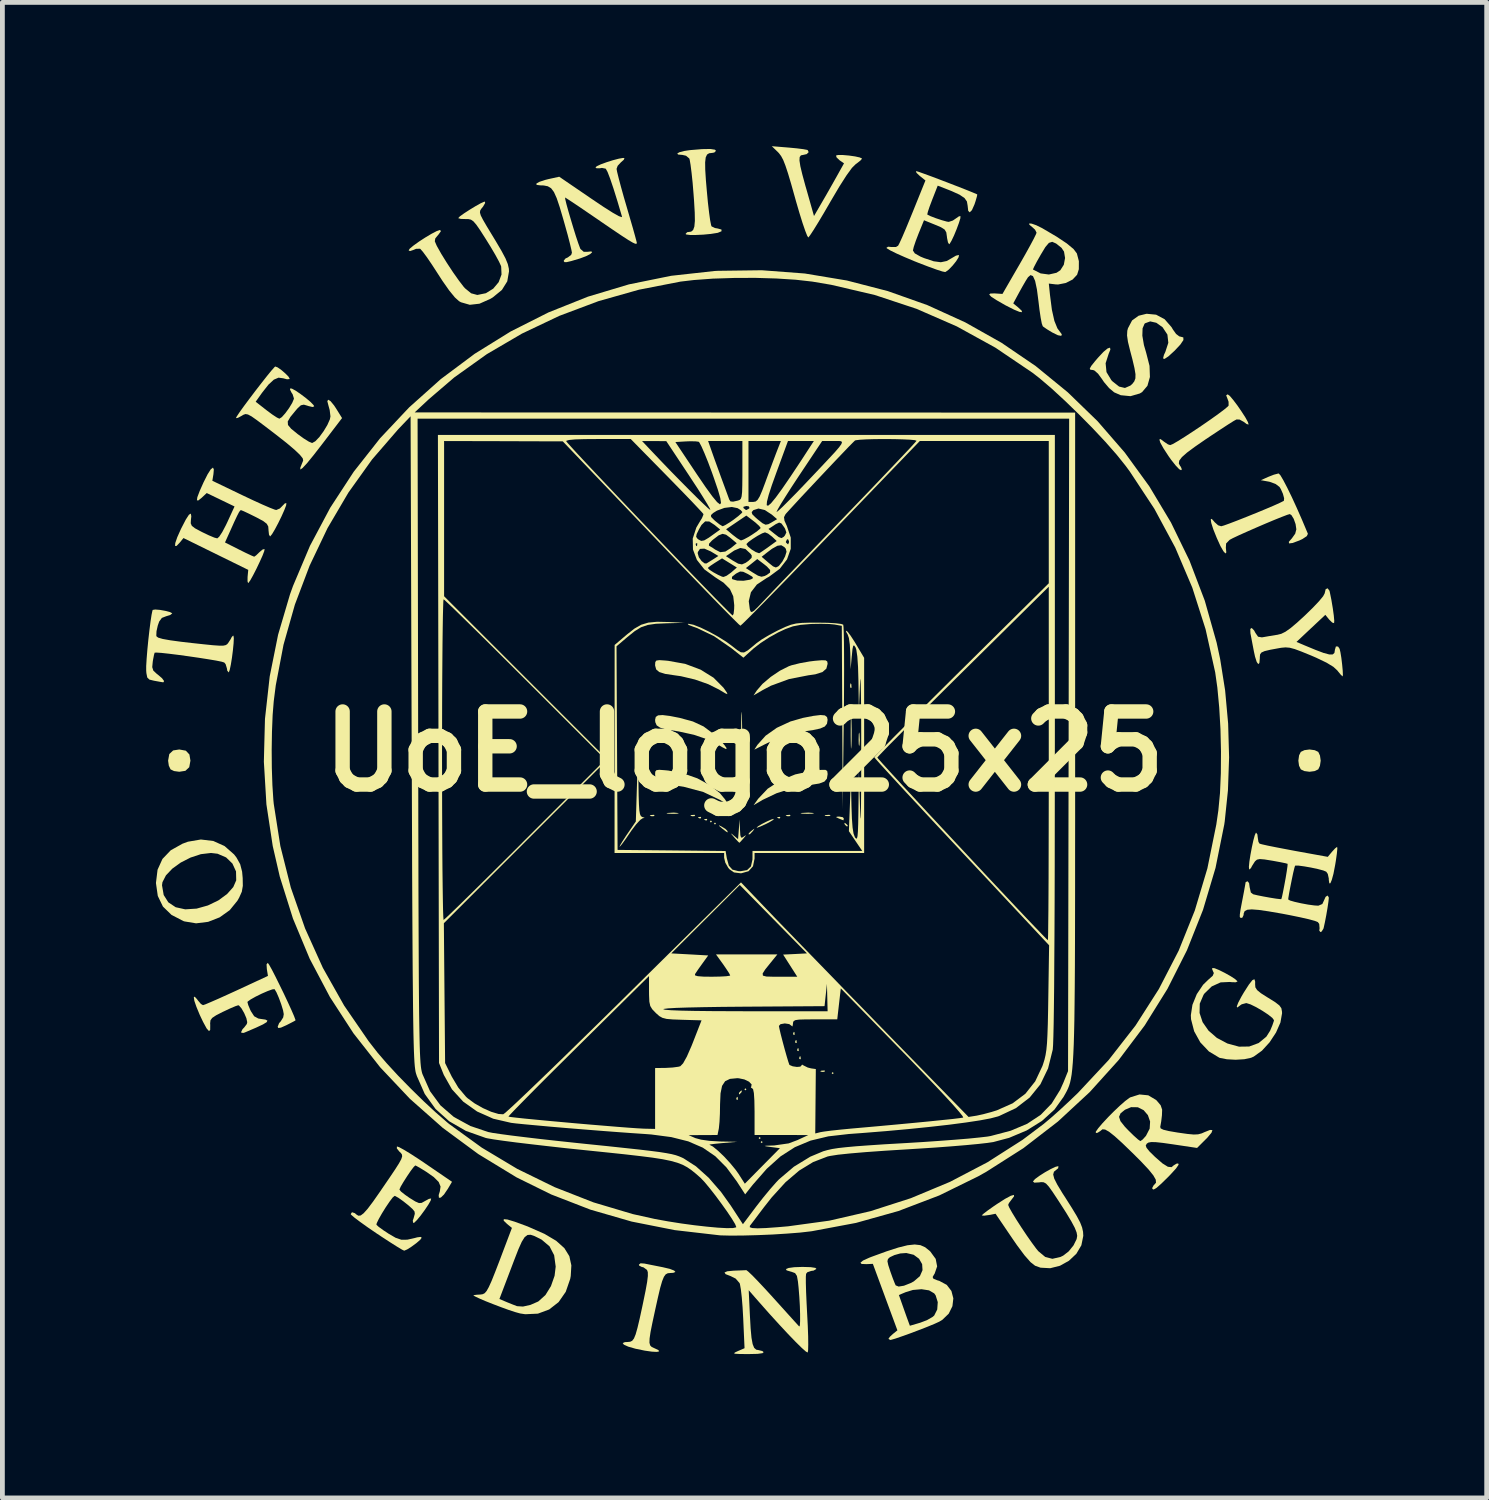
<source format=kicad_pcb>
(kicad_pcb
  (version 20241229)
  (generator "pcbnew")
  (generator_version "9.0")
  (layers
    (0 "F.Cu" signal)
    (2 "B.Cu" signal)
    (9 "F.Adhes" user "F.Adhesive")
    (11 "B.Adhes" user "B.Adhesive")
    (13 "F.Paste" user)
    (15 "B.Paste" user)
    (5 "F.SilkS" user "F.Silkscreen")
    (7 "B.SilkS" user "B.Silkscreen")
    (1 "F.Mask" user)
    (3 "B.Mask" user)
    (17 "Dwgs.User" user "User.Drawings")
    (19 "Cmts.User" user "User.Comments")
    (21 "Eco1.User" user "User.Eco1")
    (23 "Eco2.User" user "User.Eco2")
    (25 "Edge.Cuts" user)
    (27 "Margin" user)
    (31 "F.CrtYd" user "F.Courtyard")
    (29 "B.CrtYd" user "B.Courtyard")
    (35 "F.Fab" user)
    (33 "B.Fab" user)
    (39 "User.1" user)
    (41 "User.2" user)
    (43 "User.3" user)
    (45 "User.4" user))
  (footprint "UoE_logo25x25"
    (layer "F.Cu")
    (at 12.48 12.628)
    (property "Reference" "UoE_logo25x25" (at 0 0 0) (layer "F.SilkS") (effects (font (size 1.524 1.524) (thickness 0.3))))
    (attr board_only exclude_from_pos_files exclude_from_bom)
    (fp_poly (pts (xy -0.677 1.46) (xy -0.699 1.482) (xy -0.72 1.46) (xy -0.699 1.439)) (stroke (width 0) (type solid)) (fill yes) (layer "F.SilkS"))
    (fp_poly (pts (xy -0.593 1.503) (xy -0.614 1.524) (xy -0.635 1.503) (xy -0.614 1.482)) (stroke (width 0) (type solid)) (fill yes) (layer "F.SilkS"))
    (fp_poly (pts (xy 0.042 7.048) (xy 0.021 7.07) (xy 0 7.048) (xy 0.021 7.027)) (stroke (width 0) (type solid)) (fill yes) (layer "F.SilkS"))
    (fp_poly (pts (xy 0.339 8.065) (xy 0.318 8.086) (xy 0.296 8.065) (xy 0.318 8.043)) (stroke (width 0) (type solid)) (fill yes) (layer "F.SilkS"))
    (fp_poly (pts (xy 0.381 8.149) (xy 0.36 8.17) (xy 0.339 8.149) (xy 0.36 8.128)) (stroke (width 0) (type solid)) (fill yes) (layer "F.SilkS"))
    (fp_poly (pts (xy 1.863 6.71) (xy 1.841 6.731) (xy 1.82 6.71) (xy 1.841 6.689)) (stroke (width 0) (type solid)) (fill yes) (layer "F.SilkS"))
    (fp_poly (pts (xy -1.874 1.329) (xy -1.887 1.348) (xy -1.93 1.351) (xy -1.975 1.341) (xy -1.955 1.326) (xy -1.889 1.321)) (stroke (width 0) (type solid)) (fill yes) (layer "F.SilkS"))
    (fp_poly (pts (xy -1.027 1.329) (xy -1.04 1.348) (xy -1.083 1.351) (xy -1.128 1.341) (xy -1.109 1.326) (xy -1.042 1.321)) (stroke (width 0) (type solid)) (fill yes) (layer "F.SilkS"))
    (fp_poly (pts (xy -0.903 1.369) (xy -0.909 1.394) (xy -0.931 1.397) (xy -0.966 1.382) (xy -0.96 1.369) (xy -0.909 1.364)) (stroke (width 0) (type solid)) (fill yes) (layer "F.SilkS"))
    (fp_poly (pts (xy -0.776 1.411) (xy -0.782 1.436) (xy -0.804 1.439) (xy -0.839 1.424) (xy -0.833 1.411) (xy -0.782 1.406)) (stroke (width 0) (type solid)) (fill yes) (layer "F.SilkS"))
    (fp_poly (pts (xy -0.141 7.211) (xy -0.136 7.261) (xy -0.141 7.267) (xy -0.166 7.261) (xy -0.169 7.239) (xy -0.154 7.204)) (stroke (width 0) (type solid)) (fill yes) (layer "F.SilkS"))
    (fp_poly (pts (xy 0.748 1.369) (xy 0.742 1.394) (xy 0.72 1.397) (xy 0.685 1.382) (xy 0.691 1.369) (xy 0.742 1.364)) (stroke (width 0) (type solid)) (fill yes) (layer "F.SilkS"))
    (fp_poly (pts (xy 0.962 1.329) (xy 0.95 1.348) (xy 0.907 1.351) (xy 0.861 1.341) (xy 0.881 1.326) (xy 0.947 1.321)) (stroke (width 0) (type solid)) (fill yes) (layer "F.SilkS"))
    (fp_poly (pts (xy 1.044 5.856) (xy 1.049 5.906) (xy 1.044 5.913) (xy 1.019 5.907) (xy 1.016 5.884) (xy 1.031 5.849)) (stroke (width 0) (type solid)) (fill yes) (layer "F.SilkS"))
    (fp_poly (pts (xy 1.087 6.025) (xy 1.092 6.076) (xy 1.087 6.082) (xy 1.061 6.076) (xy 1.058 6.054) (xy 1.074 6.019)) (stroke (width 0) (type solid)) (fill yes) (layer "F.SilkS"))
    (fp_poly (pts (xy 1.129 6.195) (xy 1.134 6.245) (xy 1.129 6.251) (xy 1.104 6.245) (xy 1.101 6.223) (xy 1.116 6.188)) (stroke (width 0) (type solid)) (fill yes) (layer "F.SilkS"))
    (fp_poly (pts (xy 1.171 6.364) (xy 1.176 6.414) (xy 1.171 6.421) (xy 1.146 6.415) (xy 1.143 6.392) (xy 1.158 6.357)) (stroke (width 0) (type solid)) (fill yes) (layer "F.SilkS"))
    (fp_poly (pts (xy 1.682 6.663) (xy 1.669 6.682) (xy 1.626 6.685) (xy 1.581 6.675) (xy 1.601 6.66) (xy 1.667 6.655)) (stroke (width 0) (type solid)) (fill yes) (layer "F.SilkS"))
    (fp_poly (pts (xy 1.789 1.327) (xy 1.794 1.342) (xy 1.736 1.348) (xy 1.676 1.341) (xy 1.683 1.327) (xy 1.769 1.321)) (stroke (width 0) (type solid)) (fill yes) (layer "F.SilkS"))
    (fp_poly (pts (xy 2.23 -1.405) (xy 2.235 -1.339) (xy 2.227 -1.324) (xy 2.208 -1.336) (xy 2.205 -1.379) (xy 2.215 -1.425)) (stroke (width 0) (type solid)) (fill yes) (layer "F.SilkS"))
    (fp_poly (pts (xy 2.11 1.499) (xy 2.156 1.541) (xy 2.146 1.566) (xy 2.14 1.566) (xy 2.105 1.536) (xy 2.091 1.517) (xy 2.086 1.488)) (stroke (width 0) (type solid)) (fill yes) (layer "F.SilkS"))
    (fp_poly (pts (xy -1.386 1.283) (xy -1.369 1.292) (xy -1.424 1.299) (xy -1.503 1.3) (xy -1.599 1.297) (xy -1.627 1.289) (xy -1.598 1.282) (xy -1.472 1.275)) (stroke (width 0) (type solid)) (fill yes) (layer "F.SilkS"))
    (fp_poly (pts (xy -0.479 1.564) (xy -0.396 1.615) (xy -0.36 1.651) (xy -0.344 1.688) (xy -0.377 1.674) (xy -0.466 1.605) (xy -0.529 1.551) (xy -0.528 1.541)) (stroke (width 0) (type solid)) (fill yes) (layer "F.SilkS"))
    (fp_poly (pts (xy -0.056 7.097) (xy -0.064 7.112) (xy -0.103 7.152) (xy -0.111 7.154) (xy -0.114 7.127) (xy -0.106 7.112) (xy -0.066 7.072) (xy -0.059 7.07)) (stroke (width 0) (type solid)) (fill yes) (layer "F.SilkS"))
    (fp_poly (pts (xy 0.198 1.631) (xy 0.175 1.662) (xy 0.113 1.727) (xy 0.085 1.727) (xy 0.085 1.72) (xy 0.114 1.684) (xy 0.159 1.646) (xy 0.209 1.609)) (stroke (width 0) (type solid)) (fill yes) (layer "F.SilkS"))
    (fp_poly (pts (xy 1.429 1.282) (xy 1.455 1.291) (xy 1.407 1.298) (xy 1.312 1.3) (xy 1.208 1.297) (xy 1.169 1.29) (xy 1.196 1.282) (xy 1.333 1.275)) (stroke (width 0) (type solid)) (fill yes) (layer "F.SilkS"))
    (fp_poly (pts (xy 2.401 -0.37) (xy 2.408 -0.234) (xy 2.401 -0.138) (xy 2.392 -0.111) (xy 2.385 -0.159) (xy 2.383 -0.254) (xy 2.386 -0.359) (xy 2.393 -0.398)) (stroke (width 0) (type solid)) (fill yes) (layer "F.SilkS"))
    (fp_poly (pts (xy 2.053 1.371) (xy 2.074 1.397) (xy 2.066 1.436) (xy 2.064 1.436) (xy 2.021 1.419) (xy 1.968 1.397) (xy 1.911 1.369) (xy 1.934 1.36) (xy 1.979 1.358)) (stroke (width 0) (type solid)) (fill yes) (layer "F.SilkS"))
    (fp_poly (pts (xy 0.617 1.407) (xy 0.592 1.433) (xy 0.511 1.481) (xy 0.444 1.515) (xy 0.336 1.564) (xy 0.267 1.589) (xy 0.254 1.588) (xy 0.288 1.558) (xy 0.37 1.51) (xy 0.471 1.459) (xy 0.562 1.419) (xy 0.614 1.406)) (stroke (width 0) (type solid)) (fill yes) (layer "F.SilkS"))
    (fp_poly (pts (xy -11.653 -0.017) (xy -11.578 0.063) (xy -11.557 0.191) (xy -11.582 0.328) (xy -11.662 0.403) (xy -11.79 0.423) (xy -11.899 0.408) (xy -11.972 0.373) (xy -12.008 0.296) (xy -12.023 0.191) (xy -11.998 0.053) (xy -11.918 -0.022) (xy -11.79 -0.042)) (stroke (width 0) (type solid)) (fill yes) (layer "F.SilkS"))
    (fp_poly (pts (xy -0.057 -0.816) (xy -0.053 -0.751) (xy -0.048 -0.529) (xy -0.048 -0.282) (xy -0.053 -0.095) (xy -0.058 -0.024) (xy -0.062 -0.032) (xy -0.065 -0.112) (xy -0.067 -0.258) (xy -0.068 -0.423) (xy -0.067 -0.619) (xy -0.065 -0.754) (xy -0.061 -0.822)) (stroke (width 0) (type solid)) (fill yes) (layer "F.SilkS"))
    (fp_poly (pts (xy 2.23 -0.703) (xy 2.233 -0.665) (xy 2.238 -0.463) (xy 2.237 -0.246) (xy 2.233 -0.115) (xy 2.227 -0.057) (xy 2.223 -0.078) (xy 2.22 -0.169) (xy 2.218 -0.323) (xy 2.218 -0.402) (xy 2.219 -0.578) (xy 2.221 -0.691) (xy 2.225 -0.735)) (stroke (width 0) (type solid)) (fill yes) (layer "F.SilkS"))
    (fp_poly (pts (xy 11.899 -0.027) (xy 11.972 0.008) (xy 12.008 0.085) (xy 12.023 0.191) (xy 12.007 0.3) (xy 11.972 0.373) (xy 11.895 0.409) (xy 11.79 0.423) (xy 11.68 0.408) (xy 11.608 0.373) (xy 11.571 0.296) (xy 11.557 0.191) (xy 11.572 0.081) (xy 11.608 0.008) (xy 11.684 -0.028) (xy 11.79 -0.042)) (stroke (width 0) (type solid)) (fill yes) (layer "F.SilkS"))
    (fp_poly (pts (xy -0.092 1.624) (xy -0.085 1.745) (xy -0.07 1.796) (xy -0.038 1.793) (xy -0.011 1.773) (xy 0.032 1.744) (xy 0.018 1.768) (xy -0.017 1.81) (xy -0.077 1.878) (xy -0.105 1.905) (xy -0.135 1.877) (xy -0.199 1.807) (xy -0.215 1.789) (xy -0.273 1.721) (xy -0.276 1.71) (xy -0.225 1.751) (xy -0.132 1.829) (xy -0.116 1.624) (xy -0.1 1.418)) (stroke (width 0) (type solid)) (fill yes) (layer "F.SilkS"))
    (fp_poly (pts (xy 1.679 -0.753) (xy 1.724 -0.718) (xy 1.736 -0.661) (xy 1.723 -0.579) (xy 1.677 -0.521) (xy 1.581 -0.479) (xy 1.423 -0.445) (xy 1.312 -0.429) (xy 1.027 -0.378) (xy 0.779 -0.306) (xy 0.525 -0.198) (xy 0.429 -0.151) (xy 0.207 -0.039) (xy 0.273 -0.14) (xy 0.443 -0.33) (xy 0.677 -0.495) (xy 0.96 -0.626) (xy 1.221 -0.701) (xy 1.439 -0.743) (xy 1.588 -0.761)) (stroke (width 0) (type solid)) (fill yes) (layer "F.SilkS"))
    (fp_poly (pts (xy 1.692 0.384) (xy 1.727 0.406) (xy 1.735 0.453) (xy 1.736 0.476) (xy 1.721 0.567) (xy 1.669 0.628) (xy 1.563 0.668) (xy 1.39 0.696) (xy 1.354 0.7) (xy 1.01 0.763) (xy 0.671 0.871) (xy 0.383 1.008) (xy 0.192 1.12) (xy 0.287 0.987) (xy 0.485 0.777) (xy 0.748 0.605) (xy 1.061 0.478) (xy 1.411 0.403) (xy 1.466 0.397) (xy 1.612 0.383)) (stroke (width 0) (type solid)) (fill yes) (layer "F.SilkS"))
    (fp_poly (pts (xy -1.656 0.391) (xy -1.585 0.398) (xy -1.278 0.456) (xy -0.984 0.559) (xy -0.723 0.7) (xy -0.513 0.867) (xy -0.404 0.999) (xy -0.359 1.07) (xy -0.357 1.093) (xy -0.409 1.069) (xy -0.503 1.013) (xy -0.855 0.846) (xy -1.265 0.736) (xy -1.413 0.713) (xy -1.616 0.682) (xy -1.747 0.648) (xy -1.823 0.604) (xy -1.856 0.542) (xy -1.863 0.476) (xy -1.859 0.419) (xy -1.836 0.39) (xy -1.775 0.382)) (stroke (width 0) (type solid)) (fill yes) (layer "F.SilkS"))
    (fp_poly (pts (xy 1.695 -1.901) (xy 1.728 -1.879) (xy 1.736 -1.833) (xy 1.736 -1.829) (xy 1.71 -1.729) (xy 1.628 -1.657) (xy 1.478 -1.61) (xy 1.331 -1.589) (xy 0.932 -1.511) (xy 0.553 -1.372) (xy 0.385 -1.283) (xy 0.191 -1.17) (xy 0.259 -1.273) (xy 0.378 -1.411) (xy 0.549 -1.556) (xy 0.742 -1.686) (xy 0.927 -1.779) (xy 0.984 -1.799) (xy 1.157 -1.842) (xy 1.358 -1.878) (xy 1.471 -1.892) (xy 1.615 -1.904)) (stroke (width 0) (type solid)) (fill yes) (layer "F.SilkS"))
    (fp_poly (pts (xy -1.553 -0.741) (xy -1.349 -0.701) (xy -1.074 -0.626) (xy -0.851 -0.522) (xy -0.649 -0.371) (xy -0.531 -0.257) (xy -0.417 -0.135) (xy -0.369 -0.066) (xy -0.385 -0.051) (xy -0.465 -0.091) (xy -0.529 -0.13) (xy -0.762 -0.249) (xy -1.051 -0.348) (xy -1.369 -0.418) (xy -1.433 -0.428) (xy -1.631 -0.46) (xy -1.758 -0.497) (xy -1.83 -0.545) (xy -1.859 -0.612) (xy -1.863 -0.661) (xy -1.849 -0.721) (xy -1.801 -0.754) (xy -1.706 -0.76)) (stroke (width 0) (type solid)) (fill yes) (layer "F.SilkS"))
    (fp_poly (pts (xy -1.656 -1.898) (xy -1.592 -1.892) (xy -1.235 -1.828) (xy -0.915 -1.708) (xy -0.644 -1.54) (xy -0.436 -1.33) (xy -0.421 -1.309) (xy -0.365 -1.228) (xy -0.354 -1.196) (xy -0.395 -1.212) (xy -0.498 -1.273) (xy -0.529 -1.292) (xy -0.756 -1.405) (xy -1.033 -1.502) (xy -1.325 -1.571) (xy -1.46 -1.59) (xy -1.653 -1.619) (xy -1.775 -1.657) (xy -1.84 -1.711) (xy -1.862 -1.79) (xy -1.863 -1.807) (xy -1.859 -1.866) (xy -1.837 -1.897) (xy -1.775 -1.906)) (stroke (width 0) (type solid)) (fill yes) (layer "F.SilkS"))
    (fp_poly (pts (xy -2.21 0.664) (xy -2.206 0.921) (xy -2.2 1.106) (xy -2.192 1.23) (xy -2.178 1.307) (xy -2.159 1.348) (xy -2.133 1.366) (xy -2.127 1.368) (xy -2.081 1.384) (xy -2.115 1.392) (xy -2.121 1.392) (xy -2.174 1.428) (xy -2.257 1.518) (xy -2.354 1.646) (xy -2.386 1.693) (xy -2.478 1.828) (xy -2.553 1.931) (xy -2.599 1.985) (xy -2.605 1.99) (xy -2.594 1.958) (xy -2.544 1.874) (xy -2.466 1.754) (xy -2.446 1.725) (xy -2.265 1.46) (xy -2.242 0.72) (xy -2.219 -0.021)) (stroke (width 0) (type solid)) (fill yes) (layer "F.SilkS"))
    (fp_poly (pts (xy -0.614 -12.555) (xy -0.593 -12.531) (xy -0.628 -12.496) (xy -0.672 -12.488) (xy -0.735 -12.481) (xy -0.779 -12.454) (xy -0.807 -12.394) (xy -0.819 -12.292) (xy -0.817 -12.136) (xy -0.803 -11.915) (xy -0.783 -11.685) (xy -0.761 -11.45) (xy -0.737 -11.245) (xy -0.715 -11.084) (xy -0.695 -10.983) (xy -0.685 -10.955) (xy -0.615 -10.921) (xy -0.557 -10.911) (xy -0.478 -10.889) (xy -0.478 -10.853) (xy -0.555 -10.821) (xy -0.561 -10.82) (xy -0.699 -10.798) (xy -0.856 -10.783) (xy -1.009 -10.776) (xy -1.135 -10.776) (xy -1.213 -10.786) (xy -1.228 -10.797) (xy -1.194 -10.834) (xy -1.169 -10.837) (xy -1.11 -10.846) (xy -1.069 -10.881) (xy -1.044 -10.951) (xy -1.033 -11.068) (xy -1.036 -11.242) (xy -1.05 -11.484) (xy -1.061 -11.629) (xy -1.08 -11.863) (xy -1.102 -12.071) (xy -1.123 -12.237) (xy -1.141 -12.344) (xy -1.15 -12.372) (xy -1.218 -12.429) (xy -1.293 -12.446) (xy -1.383 -12.454) (xy -1.401 -12.475) (xy -1.356 -12.502) (xy -1.257 -12.528) (xy -1.137 -12.546) (xy -0.883 -12.567) (xy -0.71 -12.57)) (stroke (width 0) (type solid)) (fill yes) (layer "F.SilkS"))
    (fp_poly (pts (xy -11.08 1.867) (xy -10.845 1.973) (xy -10.647 2.147) (xy -10.596 2.213) (xy -10.519 2.352) (xy -10.479 2.507) (xy -10.467 2.64) (xy -10.464 2.803) (xy -10.485 2.925) (xy -10.54 3.048) (xy -10.577 3.113) (xy -10.737 3.31) (xy -10.947 3.46) (xy -11.188 3.554) (xy -11.439 3.585) (xy -11.681 3.545) (xy -11.703 3.538) (xy -11.952 3.409) (xy -12.131 3.235) (xy -12.238 3.014) (xy -12.27 2.791) (xy -12.15 2.791) (xy -12.115 2.994) (xy -12.018 3.147) (xy -11.865 3.249) (xy -11.666 3.293) (xy -11.428 3.278) (xy -11.193 3.212) (xy -10.975 3.107) (xy -10.793 2.974) (xy -10.663 2.828) (xy -10.602 2.688) (xy -10.606 2.502) (xy -10.681 2.338) (xy -10.813 2.21) (xy -10.991 2.133) (xy -11.128 2.117) (xy -11.339 2.142) (xy -11.555 2.213) (xy -11.759 2.317) (xy -11.935 2.444) (xy -12.068 2.584) (xy -12.141 2.726) (xy -12.15 2.791) (xy -12.27 2.791) (xy -12.276 2.746) (xy -12.276 2.739) (xy -12.243 2.467) (xy -12.141 2.242) (xy -11.968 2.061) (xy -11.723 1.924) (xy -11.609 1.882) (xy -11.34 1.836)) (stroke (width 0) (type solid)) (fill yes) (layer "F.SilkS"))
    (fp_poly (pts (xy 10.127 -7.418) (xy 10.198 -7.334) (xy 10.285 -7.219) (xy 10.373 -7.091) (xy 10.451 -6.97) (xy 10.504 -6.874) (xy 10.519 -6.823) (xy 10.518 -6.821) (xy 10.477 -6.832) (xy 10.416 -6.878) (xy 10.33 -6.925) (xy 10.266 -6.927) (xy 10.209 -6.896) (xy 10.096 -6.825) (xy 9.941 -6.724) (xy 9.755 -6.601) (xy 9.629 -6.517) (xy 9.399 -6.358) (xy 9.233 -6.235) (xy 9.127 -6.141) (xy 9.072 -6.068) (xy 9.063 -6.009) (xy 9.091 -5.955) (xy 9.105 -5.94) (xy 9.126 -5.886) (xy 9.11 -5.868) (xy 9.07 -5.89) (xy 8.996 -5.968) (xy 8.901 -6.088) (xy 8.848 -6.163) (xy 8.742 -6.326) (xy 8.677 -6.443) (xy 8.657 -6.509) (xy 8.682 -6.518) (xy 8.755 -6.463) (xy 8.755 -6.463) (xy 8.835 -6.408) (xy 8.884 -6.392) (xy 8.939 -6.415) (xy 9.048 -6.478) (xy 9.196 -6.571) (xy 9.369 -6.684) (xy 9.551 -6.806) (xy 9.729 -6.929) (xy 9.887 -7.042) (xy 10.011 -7.135) (xy 10.086 -7.198) (xy 10.102 -7.217) (xy 10.101 -7.297) (xy 10.077 -7.363) (xy 10.051 -7.43) (xy 10.08 -7.45) (xy 10.084 -7.45)) (stroke (width 0) (type solid)) (fill yes) (layer "F.SilkS"))
    (fp_poly (pts (xy -2.085 10.683) (xy -1.981 10.704) (xy -1.83 10.734) (xy -1.704 10.759) (xy -1.556 10.794) (xy -1.466 10.829) (xy -1.439 10.858) (xy -1.483 10.876) (xy -1.546 10.88) (xy -1.599 10.885) (xy -1.642 10.908) (xy -1.679 10.959) (xy -1.716 11.05) (xy -1.757 11.191) (xy -1.805 11.395) (xy -1.862 11.652) (xy -1.919 11.916) (xy -1.958 12.11) (xy -1.978 12.246) (xy -1.981 12.335) (xy -1.966 12.39) (xy -1.934 12.423) (xy -1.885 12.446) (xy -1.884 12.446) (xy -1.794 12.488) (xy -1.778 12.515) (xy -1.826 12.526) (xy -1.929 12.521) (xy -2.077 12.5) (xy -2.261 12.462) (xy -2.275 12.459) (xy -2.424 12.416) (xy -2.514 12.375) (xy -2.539 12.342) (xy -2.493 12.322) (xy -2.433 12.319) (xy -2.382 12.314) (xy -2.341 12.294) (xy -2.304 12.246) (xy -2.269 12.16) (xy -2.231 12.026) (xy -2.185 11.833) (xy -2.128 11.57) (xy -2.114 11.503) (xy -2.062 11.25) (xy -2.029 11.067) (xy -2.014 10.942) (xy -2.015 10.863) (xy -2.03 10.819) (xy -2.033 10.815) (xy -2.105 10.762) (xy -2.143 10.753) (xy -2.196 10.725) (xy -2.201 10.705) (xy -2.166 10.677)) (stroke (width 0) (type solid)) (fill yes) (layer "F.SilkS"))
    (fp_poly (pts (xy 1.736 -2.685) (xy 1.904 -2.675) (xy 2.018 -2.661) (xy 2.062 -2.646) (xy 2.068 -2.596) (xy 2.073 -2.47) (xy 2.077 -2.277) (xy 2.079 -2.025) (xy 2.08 -1.724) (xy 2.079 -1.381) (xy 2.077 -1.006) (xy 2.073 -0.699) (xy 2.051 1.206) (xy 2.032 -2.621) (xy 1.881 -2.649) (xy 1.767 -2.66) (xy 1.6 -2.664) (xy 1.414 -2.661) (xy 1.376 -2.659) (xy 1.172 -2.642) (xy 1.012 -2.611) (xy 0.855 -2.554) (xy 0.705 -2.484) (xy 0.521 -2.382) (xy 0.337 -2.262) (xy 0.191 -2.149) (xy 0.183 -2.142) (xy -0.021 -1.957) (xy -0.275 -2.158) (xy -0.634 -2.406) (xy -0.986 -2.575) (xy -1.079 -2.608) (xy -1.163 -2.64) (xy -1.182 -2.661) (xy -1.163 -2.664) (xy -1.063 -2.644) (xy -0.915 -2.586) (xy -0.737 -2.5) (xy -0.551 -2.397) (xy -0.376 -2.288) (xy -0.262 -2.204) (xy -0.151 -2.117) (xy -0.074 -2.07) (xy -0.008 -2.066) (xy 0.07 -2.109) (xy 0.181 -2.199) (xy 0.252 -2.259) (xy 0.362 -2.338) (xy 0.518 -2.431) (xy 0.69 -2.522) (xy 0.717 -2.535) (xy 0.858 -2.601) (xy 0.97 -2.644) (xy 1.078 -2.67) (xy 1.204 -2.683) (xy 1.374 -2.688) (xy 1.532 -2.688)) (stroke (width 0) (type solid)) (fill yes) (layer "F.SilkS"))
    (fp_poly (pts (xy 0.927 -12.599) (xy 1.094 -12.583) (xy 1.229 -12.566) (xy 1.309 -12.551) (xy 1.32 -12.547) (xy 1.341 -12.504) (xy 1.3 -12.463) (xy 1.225 -12.446) (xy 1.179 -12.437) (xy 1.153 -12.401) (xy 1.149 -12.33) (xy 1.167 -12.211) (xy 1.209 -12.036) (xy 1.275 -11.793) (xy 1.298 -11.715) (xy 1.452 -11.171) (xy 1.607 -11.438) (xy 1.713 -11.621) (xy 1.831 -11.829) (xy 1.92 -11.987) (xy 2.078 -12.27) (xy 1.987 -12.333) (xy 1.924 -12.393) (xy 1.911 -12.433) (xy 1.956 -12.445) (xy 2.055 -12.444) (xy 2.181 -12.433) (xy 2.308 -12.415) (xy 2.407 -12.393) (xy 2.453 -12.371) (xy 2.454 -12.368) (xy 2.421 -12.329) (xy 2.342 -12.267) (xy 2.324 -12.255) (xy 2.244 -12.176) (xy 2.13 -12.019) (xy 1.981 -11.786) (xy 1.798 -11.476) (xy 1.786 -11.455) (xy 1.657 -11.233) (xy 1.54 -11.037) (xy 1.443 -10.88) (xy 1.372 -10.772) (xy 1.335 -10.725) (xy 1.333 -10.724) (xy 1.31 -10.759) (xy 1.269 -10.863) (xy 1.213 -11.026) (xy 1.148 -11.235) (xy 1.077 -11.478) (xy 1.058 -11.546) (xy 0.976 -11.838) (xy 0.91 -12.06) (xy 0.856 -12.223) (xy 0.81 -12.34) (xy 0.766 -12.422) (xy 0.721 -12.482) (xy 0.699 -12.505) (xy 0.572 -12.628)) (stroke (width 0) (type solid)) (fill yes) (layer "F.SilkS"))
    (fp_poly (pts (xy 11.182 -5.763) (xy 11.243 -5.66) (xy 11.325 -5.503) (xy 11.421 -5.306) (xy 11.525 -5.079) (xy 11.632 -4.836) (xy 11.736 -4.589) (xy 11.756 -4.541) (xy 11.733 -4.493) (xy 11.641 -4.432) (xy 11.577 -4.402) (xy 11.436 -4.35) (xy 11.363 -4.341) (xy 11.358 -4.374) (xy 11.422 -4.447) (xy 11.491 -4.544) (xy 11.515 -4.635) (xy 11.499 -4.744) (xy 11.46 -4.854) (xy 11.412 -4.932) (xy 11.378 -4.953) (xy 11.324 -4.937) (xy 11.209 -4.893) (xy 11.05 -4.829) (xy 10.864 -4.751) (xy 10.669 -4.667) (xy 10.48 -4.584) (xy 10.315 -4.51) (xy 10.19 -4.451) (xy 10.124 -4.416) (xy 10.05 -4.34) (xy 10.044 -4.25) (xy 10.054 -4.153) (xy 10.036 -4.131) (xy 9.994 -4.177) (xy 9.931 -4.287) (xy 9.854 -4.457) (xy 9.782 -4.636) (xy 9.74 -4.767) (xy 9.729 -4.842) (xy 9.749 -4.854) (xy 9.801 -4.796) (xy 9.807 -4.787) (xy 9.883 -4.719) (xy 9.947 -4.699) (xy 10.004 -4.715) (xy 10.121 -4.757) (xy 10.283 -4.819) (xy 10.473 -4.894) (xy 10.673 -4.975) (xy 10.867 -5.055) (xy 11.039 -5.128) (xy 11.17 -5.187) (xy 11.246 -5.225) (xy 11.255 -5.231) (xy 11.26 -5.283) (xy 11.235 -5.376) (xy 11.191 -5.475) (xy 11.164 -5.519) (xy 11.085 -5.579) (xy 10.966 -5.624) (xy 10.94 -5.63) (xy 10.774 -5.66) (xy 10.931 -5.73) (xy 11.046 -5.775) (xy 11.134 -5.798) (xy 11.147 -5.8)) (stroke (width 0) (type solid)) (fill yes) (layer "F.SilkS"))
    (fp_poly (pts (xy -4.943 9.764) (xy -4.791 9.81) (xy -4.564 9.893) (xy -4.492 9.922) (xy -4.17 10.064) (xy -3.927 10.208) (xy -3.756 10.361) (xy -3.652 10.529) (xy -3.61 10.721) (xy -3.623 10.943) (xy -3.634 11.003) (xy -3.727 11.272) (xy -3.876 11.487) (xy -4.073 11.641) (xy -4.308 11.728) (xy -4.572 11.74) (xy -4.678 11.724) (xy -4.776 11.697) (xy -4.914 11.652) (xy -5.076 11.593) (xy -5.244 11.529) (xy -5.403 11.466) (xy -5.505 11.422) (xy -5.111 11.422) (xy -4.958 11.487) (xy -4.842 11.534) (xy -4.752 11.569) (xy -4.741 11.572) (xy -4.619 11.58) (xy -4.463 11.545) (xy -4.307 11.477) (xy -4.294 11.469) (xy -4.151 11.34) (xy -4.036 11.154) (xy -3.96 10.938) (xy -3.937 10.747) (xy -3.969 10.509) (xy -4.065 10.324) (xy -4.229 10.185) (xy -4.272 10.162) (xy -4.378 10.11) (xy -4.46 10.082) (xy -4.526 10.087) (xy -4.585 10.133) (xy -4.645 10.229) (xy -4.714 10.383) (xy -4.8 10.604) (xy -4.855 10.749) (xy -5.111 11.422) (xy -5.505 11.422) (xy -5.535 11.409) (xy -5.625 11.366) (xy -5.655 11.344) (xy -5.652 11.342) (xy -5.579 11.333) (xy -5.504 11.329) (xy -5.459 11.322) (xy -5.418 11.301) (xy -5.378 11.255) (xy -5.332 11.173) (xy -5.275 11.047) (xy -5.202 10.865) (xy -5.107 10.619) (xy -5.056 10.483) (xy -4.85 9.939) (xy -4.95 9.858) (xy -5.022 9.788) (xy -5.02 9.757)) (stroke (width 0) (type solid)) (fill yes) (layer "F.SilkS"))
    (fp_poly (pts (xy 8.589 -9.113) (xy 8.767 -9.018) (xy 8.911 -8.853) (xy 8.939 -8.805) (xy 9.006 -8.711) (xy 9.073 -8.66) (xy 9.088 -8.657) (xy 9.157 -8.639) (xy 9.159 -8.584) (xy 9.094 -8.488) (xy 8.976 -8.362) (xy 8.847 -8.244) (xy 8.765 -8.19) (xy 8.734 -8.2) (xy 8.753 -8.275) (xy 8.781 -8.334) (xy 8.844 -8.526) (xy 8.825 -8.698) (xy 8.724 -8.851) (xy 8.594 -8.944) (xy 8.466 -8.973) (xy 8.36 -8.934) (xy 8.348 -8.924) (xy 8.307 -8.828) (xy 8.302 -8.675) (xy 8.335 -8.48) (xy 8.382 -8.319) (xy 8.452 -8.045) (xy 8.46 -7.813) (xy 8.408 -7.629) (xy 8.297 -7.498) (xy 8.249 -7.469) (xy 8.055 -7.413) (xy 7.851 -7.433) (xy 7.714 -7.493) (xy 7.609 -7.581) (xy 7.502 -7.707) (xy 7.461 -7.768) (xy 7.378 -7.882) (xy 7.301 -7.949) (xy 7.271 -7.959) (xy 7.219 -7.964) (xy 7.205 -7.988) (xy 7.236 -8.044) (xy 7.316 -8.144) (xy 7.377 -8.215) (xy 7.492 -8.338) (xy 7.578 -8.409) (xy 7.628 -8.425) (xy 7.635 -8.384) (xy 7.6 -8.299) (xy 7.536 -8.1) (xy 7.554 -7.915) (xy 7.656 -7.746) (xy 7.679 -7.722) (xy 7.817 -7.613) (xy 7.939 -7.584) (xy 8.052 -7.633) (xy 8.09 -7.666) (xy 8.133 -7.72) (xy 8.157 -7.783) (xy 8.159 -7.871) (xy 8.138 -7.998) (xy 8.095 -8.181) (xy 8.048 -8.359) (xy 8.002 -8.546) (xy 7.983 -8.678) (xy 7.988 -8.777) (xy 8.002 -8.83) (xy 8.088 -8.993) (xy 8.224 -9.091) (xy 8.391 -9.132)) (stroke (width 0) (type solid)) (fill yes) (layer "F.SilkS"))
    (fp_poly (pts (xy 6.551 8.654) (xy 6.546 8.695) (xy 6.508 8.726) (xy 6.458 8.767) (xy 6.442 8.825) (xy 6.464 8.911) (xy 6.528 9.037) (xy 6.636 9.216) (xy 6.683 9.288) (xy 6.829 9.518) (xy 6.934 9.692) (xy 7.004 9.824) (xy 7.045 9.929) (xy 7.065 10.02) (xy 7.07 10.105) (xy 7.03 10.302) (xy 6.925 10.479) (xy 6.77 10.625) (xy 6.583 10.729) (xy 6.38 10.78) (xy 6.178 10.769) (xy 6.064 10.728) (xy 5.97 10.654) (xy 5.844 10.511) (xy 5.684 10.296) (xy 5.584 10.151) (xy 5.24 9.644) (xy 5.097 9.671) (xy 5.001 9.684) (xy 4.954 9.679) (xy 4.953 9.676) (xy 4.986 9.645) (xy 5.073 9.578) (xy 5.2 9.488) (xy 5.274 9.438) (xy 5.44 9.332) (xy 5.558 9.269) (xy 5.622 9.251) (xy 5.626 9.279) (xy 5.574 9.348) (xy 5.519 9.421) (xy 5.503 9.46) (xy 5.526 9.516) (xy 5.587 9.624) (xy 5.675 9.768) (xy 5.78 9.931) (xy 5.891 10.097) (xy 5.997 10.248) (xy 6.086 10.369) (xy 6.132 10.425) (xy 6.276 10.545) (xy 6.425 10.584) (xy 6.594 10.545) (xy 6.65 10.518) (xy 6.765 10.429) (xy 6.866 10.304) (xy 6.931 10.173) (xy 6.943 10.105) (xy 6.931 10.035) (xy 6.893 9.938) (xy 6.822 9.805) (xy 6.714 9.625) (xy 6.562 9.388) (xy 6.545 9.362) (xy 6.432 9.191) (xy 6.352 9.079) (xy 6.293 9.014) (xy 6.243 8.987) (xy 6.189 8.984) (xy 6.146 8.99) (xy 6.048 8.995) (xy 6.02 8.97) (xy 6.021 8.968) (xy 6.063 8.92) (xy 6.154 8.853) (xy 6.27 8.779) (xy 6.39 8.712) (xy 6.489 8.665) (xy 6.547 8.651)) (stroke (width 0) (type solid)) (fill yes) (layer "F.SilkS"))
    (fp_poly (pts (xy 12.205 -3.356) (xy 12.211 -3.335) (xy 12.246 -3.163) (xy 12.275 -2.99) (xy 12.296 -2.838) (xy 12.306 -2.727) (xy 12.302 -2.678) (xy 12.263 -2.69) (xy 12.2 -2.752) (xy 12.199 -2.753) (xy 12.12 -2.851) (xy 11.819 -2.569) (xy 11.518 -2.286) (xy 11.675 -2.219) (xy 11.914 -2.12) (xy 12.086 -2.055) (xy 12.203 -2.024) (xy 12.274 -2.025) (xy 12.309 -2.056) (xy 12.319 -2.116) (xy 12.319 -2.12) (xy 12.34 -2.191) (xy 12.385 -2.19) (xy 12.418 -2.141) (xy 12.435 -2.068) (xy 12.454 -1.952) (xy 12.47 -1.818) (xy 12.482 -1.691) (xy 12.486 -1.599) (xy 12.481 -1.566) (xy 12.446 -1.597) (xy 12.384 -1.672) (xy 12.372 -1.688) (xy 12.288 -1.766) (xy 12.143 -1.854) (xy 11.928 -1.957) (xy 11.824 -2.002) (xy 11.623 -2.084) (xy 11.481 -2.137) (xy 11.376 -2.165) (xy 11.289 -2.172) (xy 11.2 -2.164) (xy 11.154 -2.156) (xy 10.969 -2.122) (xy 10.852 -2.094) (xy 10.787 -2.065) (xy 10.759 -2.027) (xy 10.753 -1.971) (xy 10.753 -1.947) (xy 10.744 -1.846) (xy 10.72 -1.823) (xy 10.688 -1.869) (xy 10.653 -1.979) (xy 10.63 -2.085) (xy 10.599 -2.246) (xy 10.572 -2.389) (xy 10.557 -2.466) (xy 10.554 -2.557) (xy 10.584 -2.577) (xy 10.634 -2.525) (xy 10.662 -2.473) (xy 10.716 -2.395) (xy 10.795 -2.381) (xy 10.827 -2.386) (xy 10.947 -2.407) (xy 11.092 -2.431) (xy 11.116 -2.434) (xy 11.2 -2.455) (xy 11.287 -2.498) (xy 11.392 -2.572) (xy 11.53 -2.688) (xy 11.698 -2.842) (xy 11.858 -2.998) (xy 11.987 -3.134) (xy 12.074 -3.239) (xy 12.107 -3.301) (xy 12.107 -3.303) (xy 12.126 -3.385) (xy 12.167 -3.405)) (stroke (width 0) (type solid)) (fill yes) (layer "F.SilkS"))
    (fp_poly (pts (xy -12.193 -2.954) (xy -12.081 -2.934) (xy -11.986 -2.909) (xy -11.939 -2.885) (xy -11.938 -2.881) (xy -11.975 -2.85) (xy -12.062 -2.822) (xy -12.063 -2.822) (xy -12.153 -2.787) (xy -12.209 -2.711) (xy -12.238 -2.629) (xy -12.265 -2.509) (xy -12.269 -2.418) (xy -12.265 -2.402) (xy -12.229 -2.375) (xy -12.136 -2.348) (xy -11.979 -2.32) (xy -11.751 -2.289) (xy -11.534 -2.264) (xy -11.275 -2.236) (xy -11.087 -2.217) (xy -10.957 -2.208) (xy -10.873 -2.208) (xy -10.822 -2.219) (xy -10.791 -2.238) (xy -10.77 -2.263) (xy -10.717 -2.345) (xy -10.696 -2.387) (xy -10.668 -2.417) (xy -10.659 -2.413) (xy -10.652 -2.362) (xy -10.657 -2.254) (xy -10.671 -2.111) (xy -10.691 -1.956) (xy -10.714 -1.813) (xy -10.737 -1.704) (xy -10.756 -1.652) (xy -10.759 -1.651) (xy -10.789 -1.686) (xy -10.795 -1.73) (xy -10.823 -1.822) (xy -10.851 -1.856) (xy -10.904 -1.873) (xy -11.022 -1.897) (xy -11.19 -1.925) (xy -11.388 -1.956) (xy -11.602 -1.987) (xy -11.814 -2.016) (xy -12.007 -2.04) (xy -12.164 -2.057) (xy -12.269 -2.064) (xy -12.304 -2.061) (xy -12.317 -2.016) (xy -12.336 -1.918) (xy -12.343 -1.876) (xy -12.354 -1.76) (xy -12.331 -1.687) (xy -12.258 -1.619) (xy -12.239 -1.605) (xy -12.15 -1.529) (xy -12.107 -1.47) (xy -12.12 -1.444) (xy -12.139 -1.445) (xy -12.199 -1.455) (xy -12.303 -1.474) (xy -12.319 -1.477) (xy -12.413 -1.5) (xy -12.458 -1.544) (xy -12.476 -1.635) (xy -12.48 -1.685) (xy -12.48 -1.782) (xy -12.471 -1.934) (xy -12.456 -2.12) (xy -12.436 -2.324) (xy -12.413 -2.526) (xy -12.39 -2.708) (xy -12.368 -2.852) (xy -12.35 -2.938) (xy -12.343 -2.954) (xy -12.291 -2.962)) (stroke (width 0) (type solid)) (fill yes) (layer "F.SilkS"))
    (fp_poly (pts (xy 9.811 4.522) (xy 9.906 4.561) (xy 10.024 4.62) (xy 10.142 4.686) (xy 10.237 4.748) (xy 10.285 4.792) (xy 10.286 4.798) (xy 10.25 4.815) (xy 10.159 4.812) (xy 10.128 4.808) (xy 9.934 4.817) (xy 9.75 4.901) (xy 9.597 5.05) (xy 9.579 5.076) (xy 9.5 5.261) (xy 9.496 5.455) (xy 9.559 5.646) (xy 9.682 5.823) (xy 9.858 5.976) (xy 10.077 6.092) (xy 10.319 6.158) (xy 10.531 6.155) (xy 10.729 6.082) (xy 10.889 5.95) (xy 10.968 5.825) (xy 11.016 5.71) (xy 11.045 5.624) (xy 11.048 5.605) (xy 11.014 5.558) (xy 10.926 5.488) (xy 10.806 5.409) (xy 10.677 5.334) (xy 10.559 5.276) (xy 10.476 5.25) (xy 10.469 5.249) (xy 10.375 5.274) (xy 10.339 5.299) (xy 10.283 5.342) (xy 10.272 5.32) (xy 10.302 5.241) (xy 10.371 5.11) (xy 10.421 5.025) (xy 10.526 4.861) (xy 10.598 4.77) (xy 10.64 4.751) (xy 10.656 4.801) (xy 10.655 4.856) (xy 10.66 4.92) (xy 10.696 4.977) (xy 10.776 5.043) (xy 10.916 5.132) (xy 10.931 5.141) (xy 11.075 5.231) (xy 11.16 5.297) (xy 11.202 5.355) (xy 11.215 5.424) (xy 11.217 5.461) (xy 11.183 5.654) (xy 11.091 5.863) (xy 10.957 6.067) (xy 10.797 6.242) (xy 10.626 6.365) (xy 10.57 6.39) (xy 10.43 6.42) (xy 10.248 6.431) (xy 10.066 6.421) (xy 9.921 6.393) (xy 9.907 6.388) (xy 9.691 6.258) (xy 9.511 6.068) (xy 9.383 5.837) (xy 9.318 5.586) (xy 9.314 5.501) (xy 9.347 5.285) (xy 9.438 5.062) (xy 9.57 4.866) (xy 9.677 4.762) (xy 9.77 4.68) (xy 9.794 4.622) (xy 9.781 4.596) (xy 9.757 4.537) (xy 9.764 4.517)) (stroke (width 0) (type solid)) (fill yes) (layer "F.SilkS"))
    (fp_poly (pts (xy 5.995 -11.012) (xy 6.089 -10.979) (xy 6.213 -10.918) (xy 6.219 -10.914) (xy 6.51 -10.743) (xy 6.725 -10.6) (xy 6.866 -10.483) (xy 6.936 -10.391) (xy 6.978 -10.23) (xy 6.977 -10.061) (xy 6.941 -9.946) (xy 6.847 -9.846) (xy 6.704 -9.774) (xy 6.546 -9.743) (xy 6.493 -9.745) (xy 6.351 -9.762) (xy 6.375 -9.527) (xy 6.415 -9.215) (xy 6.467 -8.983) (xy 6.53 -8.828) (xy 6.566 -8.779) (xy 6.622 -8.703) (xy 6.611 -8.671) (xy 6.541 -8.684) (xy 6.422 -8.742) (xy 6.314 -8.808) (xy 6.237 -8.861) (xy 6.224 -8.873) (xy 6.204 -8.929) (xy 6.181 -9.049) (xy 6.156 -9.217) (xy 6.137 -9.377) (xy 6.103 -9.639) (xy 6.065 -9.818) (xy 6.02 -9.918) (xy 5.969 -9.939) (xy 5.916 -9.893) (xy 5.868 -9.817) (xy 5.798 -9.696) (xy 5.736 -9.584) (xy 5.609 -9.349) (xy 5.71 -9.266) (xy 5.785 -9.196) (xy 5.792 -9.165) (xy 5.738 -9.172) (xy 5.628 -9.217) (xy 5.47 -9.297) (xy 5.443 -9.311) (xy 5.26 -9.416) (xy 5.149 -9.488) (xy 5.107 -9.533) (xy 5.13 -9.554) (xy 5.215 -9.557) (xy 5.23 -9.556) (xy 5.384 -9.546) (xy 5.678 -10.055) (xy 6.021 -10.055) (xy 6.18 -9.974) (xy 6.352 -9.951) (xy 6.511 -9.987) (xy 6.591 -10.04) (xy 6.664 -10.155) (xy 6.69 -10.296) (xy 6.668 -10.429) (xy 6.615 -10.508) (xy 6.504 -10.597) (xy 6.422 -10.633) (xy 6.353 -10.611) (xy 6.279 -10.524) (xy 6.184 -10.367) (xy 6.183 -10.365) (xy 6.104 -10.226) (xy 6.047 -10.118) (xy 6.021 -10.06) (xy 6.021 -10.055) (xy 5.678 -10.055) (xy 5.739 -10.16) (xy 5.857 -10.367) (xy 5.959 -10.551) (xy 6.037 -10.697) (xy 6.084 -10.793) (xy 6.095 -10.824) (xy 6.064 -10.886) (xy 6.012 -10.934) (xy 5.944 -10.991) (xy 5.943 -11.017)) (stroke (width 0) (type solid)) (fill yes) (layer "F.SilkS"))
    (fp_poly (pts (xy -5.408 -11.444) (xy -5.447 -11.376) (xy -5.457 -11.362) (xy -5.492 -11.319) (xy -5.513 -11.283) (xy -5.517 -11.242) (xy -5.5 -11.183) (xy -5.455 -11.095) (xy -5.379 -10.964) (xy -5.267 -10.779) (xy -5.19 -10.652) (xy -5.067 -10.443) (xy -4.984 -10.287) (xy -4.936 -10.169) (xy -4.914 -10.072) (xy -4.911 -10.017) (xy -4.947 -9.809) (xy -5.059 -9.629) (xy -5.25 -9.473) (xy -5.3 -9.443) (xy -5.527 -9.342) (xy -5.729 -9.319) (xy -5.913 -9.372) (xy -5.954 -9.395) (xy -6.04 -9.473) (xy -6.158 -9.617) (xy -6.299 -9.818) (xy -6.398 -9.971) (xy -6.516 -10.153) (xy -6.622 -10.309) (xy -6.707 -10.424) (xy -6.76 -10.484) (xy -6.768 -10.489) (xy -6.849 -10.487) (xy -6.904 -10.464) (xy -6.976 -10.44) (xy -7.005 -10.454) (xy -6.982 -10.49) (xy -6.904 -10.555) (xy -6.79 -10.637) (xy -6.659 -10.722) (xy -6.53 -10.799) (xy -6.421 -10.856) (xy -6.352 -10.88) (xy -6.35 -10.88) (xy -6.331 -10.856) (xy -6.38 -10.787) (xy -6.388 -10.778) (xy -6.449 -10.704) (xy -6.459 -10.644) (xy -6.421 -10.556) (xy -6.415 -10.544) (xy -6.324 -10.382) (xy -6.207 -10.193) (xy -6.08 -10) (xy -5.958 -9.827) (xy -5.857 -9.695) (xy -5.828 -9.663) (xy -5.701 -9.559) (xy -5.574 -9.525) (xy -5.569 -9.525) (xy -5.393 -9.561) (xy -5.24 -9.656) (xy -5.127 -9.791) (xy -5.067 -9.951) (xy -5.074 -10.115) (xy -5.079 -10.132) (xy -5.12 -10.221) (xy -5.196 -10.361) (xy -5.296 -10.531) (xy -5.394 -10.689) (xy -5.509 -10.869) (xy -5.592 -10.989) (xy -5.653 -11.06) (xy -5.706 -11.096) (xy -5.761 -11.108) (xy -5.816 -11.108) (xy -5.916 -11.111) (xy -5.967 -11.125) (xy -5.969 -11.129) (xy -5.936 -11.164) (xy -5.85 -11.226) (xy -5.734 -11.301) (xy -5.611 -11.376) (xy -5.502 -11.437) (xy -5.428 -11.47) (xy -5.416 -11.472)) (stroke (width 0) (type solid)) (fill yes) (layer "F.SilkS"))
    (fp_poly (pts (xy -9.942 4.412) (xy -9.914 4.451) (xy -9.858 4.551) (xy -9.784 4.695) (xy -9.699 4.867) (xy -9.609 5.051) (xy -9.524 5.232) (xy -9.45 5.394) (xy -9.395 5.521) (xy -9.367 5.597) (xy -9.366 5.611) (xy -9.407 5.634) (xy -9.498 5.681) (xy -9.557 5.711) (xy -9.669 5.761) (xy -9.724 5.769) (xy -9.737 5.742) (xy -9.707 5.667) (xy -9.673 5.63) (xy -9.622 5.548) (xy -9.61 5.48) (xy -9.625 5.398) (xy -9.663 5.274) (xy -9.713 5.138) (xy -9.763 5.023) (xy -9.802 4.958) (xy -9.849 4.963) (xy -9.946 4.998) (xy -10.07 5.052) (xy -10.196 5.114) (xy -10.301 5.173) (xy -10.362 5.217) (xy -10.368 5.228) (xy -10.351 5.291) (xy -10.308 5.393) (xy -10.295 5.419) (xy -10.227 5.524) (xy -10.141 5.571) (xy -10.086 5.58) (xy -9.993 5.593) (xy -9.951 5.614) (xy -9.966 5.646) (xy -10.042 5.693) (xy -10.187 5.761) (xy -10.404 5.854) (xy -10.446 5.871) (xy -10.493 5.868) (xy -10.499 5.852) (xy -10.47 5.793) (xy -10.435 5.757) (xy -10.381 5.686) (xy -10.372 5.648) (xy -10.39 5.564) (xy -10.435 5.459) (xy -10.491 5.361) (xy -10.542 5.301) (xy -10.559 5.294) (xy -10.617 5.313) (xy -10.728 5.36) (xy -10.868 5.426) (xy -10.88 5.431) (xy -11.022 5.504) (xy -11.103 5.558) (xy -11.139 5.608) (xy -11.146 5.672) (xy -11.144 5.704) (xy -11.145 5.808) (xy -11.17 5.833) (xy -11.219 5.778) (xy -11.293 5.642) (xy -11.362 5.497) (xy -11.432 5.328) (xy -11.475 5.203) (xy -11.487 5.129) (xy -11.469 5.114) (xy -11.42 5.167) (xy -11.399 5.196) (xy -11.338 5.267) (xy -11.295 5.292) (xy -11.245 5.275) (xy -11.132 5.227) (xy -10.969 5.156) (xy -10.77 5.066) (xy -10.597 4.987) (xy -9.94 4.682) (xy -9.963 4.539) (xy -9.969 4.441) (xy -9.945 4.411)) (stroke (width 0) (type solid)) (fill yes) (layer "F.SilkS"))
    (fp_poly (pts (xy 1.382 10.758) (xy 1.481 10.773) (xy 1.503 10.795) (xy 1.443 10.83) (xy 1.393 10.837) (xy 1.313 10.864) (xy 1.287 10.897) (xy 1.282 10.957) (xy 1.282 11.087) (xy 1.287 11.272) (xy 1.297 11.498) (xy 1.309 11.731) (xy 1.322 11.979) (xy 1.33 12.198) (xy 1.332 12.374) (xy 1.329 12.492) (xy 1.321 12.539) (xy 1.283 12.519) (xy 1.197 12.443) (xy 1.07 12.318) (xy 0.908 12.15) (xy 0.72 11.948) (xy 0.511 11.718) (xy 0.29 11.468) (xy 0.225 11.394) (xy 0.09 11.239) (xy 0.115 11.769) (xy 0.13 12.037) (xy 0.148 12.232) (xy 0.172 12.363) (xy 0.204 12.442) (xy 0.248 12.48) (xy 0.293 12.488) (xy 0.374 12.508) (xy 0.402 12.531) (xy 0.377 12.553) (xy 0.274 12.567) (xy 0.097 12.571) (xy 0.077 12.571) (xy -0.093 12.57) (xy -0.188 12.565) (xy -0.218 12.555) (xy -0.194 12.536) (xy -0.136 12.509) (xy 0.003 12.449) (xy -0.025 11.823) (xy -0.038 11.593) (xy -0.055 11.386) (xy -0.074 11.219) (xy -0.093 11.113) (xy -0.1 11.091) (xy -0.182 10.997) (xy -0.286 10.945) (xy -0.392 10.904) (xy -0.415 10.869) (xy -0.357 10.844) (xy -0.22 10.831) (xy -0.212 10.831) (xy -0.081 10.826) (xy 0.014 10.822) (xy 0.04 10.82) (xy 0.079 10.849) (xy 0.166 10.931) (xy 0.288 11.057) (xy 0.438 11.217) (xy 0.594 11.388) (xy 0.761 11.573) (xy 0.909 11.737) (xy 1.029 11.87) (xy 1.111 11.96) (xy 1.145 11.997) (xy 1.157 11.974) (xy 1.162 11.884) (xy 1.162 11.743) (xy 1.157 11.57) (xy 1.146 11.38) (xy 1.131 11.192) (xy 1.117 11.058) (xy 1.096 10.941) (xy 1.057 10.882) (xy 0.981 10.854) (xy 0.972 10.852) (xy 0.881 10.825) (xy 0.867 10.798) (xy 0.923 10.775) (xy 1.04 10.759) (xy 1.211 10.753) (xy 1.211 10.753)) (stroke (width 0) (type solid)) (fill yes) (layer "F.SilkS"))
    (fp_poly (pts (xy 3.672 10.299) (xy 3.771 10.343) (xy 3.861 10.415) (xy 3.878 10.431) (xy 3.991 10.586) (xy 4.021 10.742) (xy 3.969 10.893) (xy 3.96 10.906) (xy 3.927 10.964) (xy 3.943 10.999) (xy 4.021 11.031) (xy 4.066 11.044) (xy 4.222 11.128) (xy 4.319 11.255) (xy 4.359 11.409) (xy 4.34 11.572) (xy 4.263 11.728) (xy 4.128 11.858) (xy 4.064 11.896) (xy 3.963 11.942) (xy 3.815 12.003) (xy 3.64 12.071) (xy 3.458 12.14) (xy 3.287 12.201) (xy 3.148 12.249) (xy 3.06 12.274) (xy 3.043 12.277) (xy 3.006 12.255) (xy 3.006 12.252) (xy 3.035 12.21) (xy 3.099 12.151) (xy 3.192 12.076) (xy 2.936 11.383) (xy 2.92 11.339) (xy 3.223 11.339) (xy 3.336 11.659) (xy 3.389 11.808) (xy 3.43 11.92) (xy 3.451 11.977) (xy 3.453 11.98) (xy 3.491 11.969) (xy 3.587 11.941) (xy 3.668 11.917) (xy 3.808 11.864) (xy 3.922 11.799) (xy 3.96 11.767) (xy 4.023 11.641) (xy 4.034 11.488) (xy 3.99 11.347) (xy 3.96 11.305) (xy 3.852 11.242) (xy 3.695 11.218) (xy 3.515 11.234) (xy 3.367 11.279) (xy 3.223 11.339) (xy 2.92 11.339) (xy 2.68 10.689) (xy 2.547 10.695) (xy 2.444 10.691) (xy 2.421 10.665) (xy 2.458 10.634) (xy 2.984 10.634) (xy 3.001 10.714) (xy 3.045 10.849) (xy 3.094 10.986) (xy 3.136 11.093) (xy 3.156 11.138) (xy 3.218 11.163) (xy 3.329 11.145) (xy 3.471 11.089) (xy 3.535 11.054) (xy 3.661 10.946) (xy 3.716 10.821) (xy 3.708 10.695) (xy 3.644 10.583) (xy 3.532 10.5) (xy 3.378 10.463) (xy 3.252 10.472) (xy 3.13 10.506) (xy 3.036 10.55) (xy 3.033 10.552) (xy 2.995 10.588) (xy 2.984 10.634) (xy 2.458 10.634) (xy 2.474 10.62) (xy 2.604 10.561) (xy 2.65 10.543) (xy 2.963 10.429) (xy 3.21 10.349) (xy 3.403 10.301) (xy 3.553 10.285)) (stroke (width 0) (type solid)) (fill yes) (layer "F.SilkS"))
    (fp_poly (pts (xy -2.502 -12.379) (xy -2.517 -12.344) (xy -2.574 -12.294) (xy -2.644 -12.219) (xy -2.667 -12.155) (xy -2.655 -12.091) (xy -2.623 -11.961) (xy -2.575 -11.78) (xy -2.514 -11.561) (xy -2.456 -11.363) (xy -2.388 -11.129) (xy -2.328 -10.923) (xy -2.282 -10.758) (xy -2.253 -10.649) (xy -2.244 -10.611) (xy -2.251 -10.592) (xy -2.278 -10.593) (xy -2.332 -10.618) (xy -2.422 -10.671) (xy -2.556 -10.758) (xy -2.742 -10.883) (xy -2.988 -11.051) (xy -3.041 -11.088) (xy -3.252 -11.232) (xy -3.438 -11.359) (xy -3.589 -11.46) (xy -3.693 -11.528) (xy -3.739 -11.557) (xy -3.741 -11.557) (xy -3.737 -11.52) (xy -3.713 -11.42) (xy -3.673 -11.275) (xy -3.623 -11.104) (xy -3.569 -10.924) (xy -3.516 -10.753) (xy -3.468 -10.609) (xy -3.432 -10.511) (xy -3.421 -10.484) (xy -3.352 -10.425) (xy -3.275 -10.425) (xy -3.192 -10.433) (xy -3.177 -10.414) (xy -3.218 -10.377) (xy -3.307 -10.332) (xy -3.433 -10.285) (xy -3.453 -10.279) (xy -3.611 -10.232) (xy -3.705 -10.21) (xy -3.752 -10.209) (xy -3.767 -10.227) (xy -3.768 -10.242) (xy -3.733 -10.285) (xy -3.683 -10.308) (xy -3.614 -10.36) (xy -3.598 -10.406) (xy -3.61 -10.47) (xy -3.641 -10.6) (xy -3.687 -10.778) (xy -3.746 -10.989) (xy -3.777 -11.099) (xy -3.853 -11.357) (xy -3.916 -11.544) (xy -3.973 -11.671) (xy -4.032 -11.75) (xy -4.101 -11.792) (xy -4.187 -11.809) (xy -4.259 -11.811) (xy -4.336 -11.821) (xy -4.34 -11.848) (xy -4.278 -11.884) (xy -4.161 -11.923) (xy -4.09 -11.941) (xy -3.863 -11.991) (xy -3.197 -11.536) (xy -2.94 -11.363) (xy -2.748 -11.241) (xy -2.62 -11.169) (xy -2.559 -11.148) (xy -2.554 -11.16) (xy -2.648 -11.478) (xy -2.731 -11.744) (xy -2.801 -11.951) (xy -2.855 -12.091) (xy -2.891 -12.156) (xy -2.894 -12.159) (xy -2.973 -12.175) (xy -3.013 -12.168) (xy -3.085 -12.168) (xy -3.107 -12.184) (xy -3.08 -12.21) (xy -2.995 -12.25) (xy -2.874 -12.294) (xy -2.741 -12.336) (xy -2.618 -12.368) (xy -2.531 -12.383)) (stroke (width 0) (type solid)) (fill yes) (layer "F.SilkS"))
    (fp_poly (pts (xy 3.637 -12.093) (xy 3.749 -12.053) (xy 3.905 -11.996) (xy 4.09 -11.926) (xy 4.286 -11.851) (xy 4.477 -11.777) (xy 4.645 -11.711) (xy 4.775 -11.658) (xy 4.849 -11.626) (xy 4.858 -11.621) (xy 4.851 -11.581) (xy 4.824 -11.486) (xy 4.801 -11.416) (xy 4.747 -11.294) (xy 4.701 -11.248) (xy 4.669 -11.28) (xy 4.657 -11.389) (xy 4.642 -11.475) (xy 4.591 -11.547) (xy 4.489 -11.616) (xy 4.322 -11.692) (xy 4.249 -11.721) (xy 4.033 -11.805) (xy 3.917 -11.509) (xy 3.863 -11.366) (xy 3.827 -11.258) (xy 3.815 -11.204) (xy 3.816 -11.202) (xy 3.881 -11.169) (xy 3.993 -11.126) (xy 4.119 -11.084) (xy 4.223 -11.055) (xy 4.263 -11.049) (xy 4.347 -11.076) (xy 4.41 -11.119) (xy 4.476 -11.165) (xy 4.508 -11.169) (xy 4.505 -11.122) (xy 4.474 -11.023) (xy 4.427 -10.896) (xy 4.373 -10.765) (xy 4.321 -10.656) (xy 4.282 -10.591) (xy 4.271 -10.583) (xy 4.247 -10.621) (xy 4.228 -10.713) (xy 4.225 -10.74) (xy 4.212 -10.83) (xy 4.177 -10.889) (xy 4.1 -10.938) (xy 3.979 -10.989) (xy 3.747 -11.083) (xy 3.632 -10.801) (xy 3.575 -10.652) (xy 3.533 -10.527) (xy 3.516 -10.453) (xy 3.516 -10.452) (xy 3.555 -10.392) (xy 3.675 -10.324) (xy 3.75 -10.293) (xy 3.949 -10.227) (xy 4.098 -10.207) (xy 4.222 -10.233) (xy 4.324 -10.292) (xy 4.413 -10.344) (xy 4.47 -10.358) (xy 4.476 -10.355) (xy 4.468 -10.31) (xy 4.418 -10.229) (xy 4.344 -10.137) (xy 4.265 -10.055) (xy 4.2 -10.007) (xy 4.186 -10.003) (xy 4.128 -10.015) (xy 4.007 -10.054) (xy 3.839 -10.115) (xy 3.638 -10.192) (xy 3.545 -10.229) (xy 3.341 -10.315) (xy 3.168 -10.392) (xy 3.041 -10.455) (xy 2.972 -10.497) (xy 2.963 -10.508) (xy 2.998 -10.531) (xy 3.064 -10.525) (xy 3.162 -10.525) (xy 3.207 -10.552) (xy 3.236 -10.607) (xy 3.291 -10.727) (xy 3.364 -10.897) (xy 3.449 -11.103) (xy 3.513 -11.259) (xy 3.777 -11.913) (xy 3.656 -12.01) (xy 3.591 -12.072) (xy 3.579 -12.105) (xy 3.588 -12.107)) (stroke (width 0) (type solid)) (fill yes) (layer "F.SilkS"))
    (fp_poly (pts (xy -9.739 -8.014) (xy -9.66 -7.959) (xy -9.577 -7.887) (xy -9.51 -7.819) (xy -9.486 -7.774) (xy -9.488 -7.77) (xy -9.542 -7.765) (xy -9.622 -7.786) (xy -9.719 -7.799) (xy -9.818 -7.757) (xy -9.93 -7.653) (xy -10.062 -7.485) (xy -10.196 -7.297) (xy -9.97 -7.12) (xy -9.849 -7.03) (xy -9.753 -6.967) (xy -9.701 -6.943) (xy -9.65 -6.976) (xy -9.577 -7.058) (xy -9.499 -7.165) (xy -9.434 -7.272) (xy -9.4 -7.353) (xy -9.398 -7.366) (xy -9.426 -7.455) (xy -9.445 -7.481) (xy -9.479 -7.548) (xy -9.477 -7.574) (xy -9.441 -7.571) (xy -9.361 -7.527) (xy -9.256 -7.455) (xy -9.146 -7.372) (xy -9.05 -7.291) (xy -8.988 -7.226) (xy -8.975 -7.2) (xy -9.009 -7.187) (xy -9.092 -7.206) (xy -9.106 -7.211) (xy -9.191 -7.236) (xy -9.253 -7.223) (xy -9.321 -7.161) (xy -9.363 -7.112) (xy -9.473 -6.978) (xy -9.527 -6.885) (xy -9.522 -6.812) (xy -9.457 -6.734) (xy -9.33 -6.631) (xy -9.325 -6.626) (xy -9.197 -6.533) (xy -9.088 -6.465) (xy -9.02 -6.436) (xy -9.017 -6.436) (xy -8.952 -6.472) (xy -8.867 -6.561) (xy -8.778 -6.683) (xy -8.7 -6.813) (xy -8.648 -6.93) (xy -8.636 -6.991) (xy -8.652 -7.124) (xy -8.677 -7.214) (xy -8.701 -7.308) (xy -8.684 -7.339) (xy -8.633 -7.308) (xy -8.56 -7.219) (xy -8.521 -7.16) (xy -8.394 -6.956) (xy -8.801 -6.423) (xy -8.987 -6.183) (xy -9.126 -6.013) (xy -9.219 -5.913) (xy -9.265 -5.882) (xy -9.264 -5.922) (xy -9.254 -5.948) (xy -9.216 -6.043) (xy -9.205 -6.069) (xy -9.214 -6.115) (xy -9.273 -6.189) (xy -9.384 -6.295) (xy -9.553 -6.438) (xy -9.785 -6.62) (xy -10.006 -6.789) (xy -10.17 -6.912) (xy -10.282 -6.991) (xy -10.357 -7.031) (xy -10.409 -7.04) (xy -10.454 -7.024) (xy -10.486 -7.004) (xy -10.566 -6.961) (xy -10.609 -6.954) (xy -10.59 -6.991) (xy -10.53 -7.081) (xy -10.438 -7.209) (xy -10.324 -7.362) (xy -10.2 -7.526) (xy -10.075 -7.687) (xy -9.961 -7.832) (xy -9.868 -7.946) (xy -9.806 -8.016) (xy -9.788 -8.032)) (stroke (width 0) (type solid)) (fill yes) (layer "F.SilkS"))
    (fp_poly (pts (xy -11.069 -5.885) (xy -11.077 -5.787) (xy -11.1 -5.648) (xy -10.466 -5.343) (xy -10.25 -5.241) (xy -10.057 -5.153) (xy -9.902 -5.086) (xy -9.799 -5.046) (xy -9.766 -5.038) (xy -9.691 -5.07) (xy -9.64 -5.122) (xy -9.586 -5.177) (xy -9.555 -5.181) (xy -9.561 -5.134) (xy -9.599 -5.035) (xy -9.657 -4.905) (xy -9.726 -4.764) (xy -9.795 -4.634) (xy -9.854 -4.535) (xy -9.893 -4.488) (xy -9.896 -4.487) (xy -9.918 -4.524) (xy -9.928 -4.614) (xy -9.928 -4.622) (xy -9.934 -4.695) (xy -9.965 -4.751) (xy -10.036 -4.806) (xy -10.165 -4.876) (xy -10.202 -4.895) (xy -10.34 -4.963) (xy -10.446 -5.013) (xy -10.501 -5.035) (xy -10.502 -5.036) (xy -10.519 -5.027) (xy -10.544 -4.992) (xy -10.583 -4.917) (xy -10.643 -4.79) (xy -10.729 -4.598) (xy -10.736 -4.583) (xy -10.836 -4.361) (xy -10.541 -4.212) (xy -10.4 -4.142) (xy -10.289 -4.09) (xy -10.23 -4.065) (xy -10.226 -4.064) (xy -10.186 -4.092) (xy -10.12 -4.156) (xy -10.052 -4.214) (xy -10.01 -4.224) (xy -10.01 -4.224) (xy -10.017 -4.18) (xy -10.055 -4.081) (xy -10.114 -3.951) (xy -10.182 -3.808) (xy -10.251 -3.674) (xy -10.309 -3.57) (xy -10.348 -3.517) (xy -10.354 -3.514) (xy -10.366 -3.55) (xy -10.365 -3.64) (xy -10.364 -3.651) (xy -10.351 -3.789) (xy -11.702 -4.453) (xy -11.779 -4.359) (xy -11.847 -4.288) (xy -11.878 -4.288) (xy -11.873 -4.35) (xy -11.832 -4.47) (xy -11.756 -4.64) (xy -11.748 -4.656) (xy -11.654 -4.838) (xy -11.588 -4.94) (xy -11.549 -4.963) (xy -11.539 -4.906) (xy -11.547 -4.831) (xy -11.551 -4.761) (xy -11.528 -4.708) (xy -11.463 -4.657) (xy -11.338 -4.59) (xy -11.309 -4.575) (xy -11.171 -4.509) (xy -11.058 -4.462) (xy -10.997 -4.446) (xy -10.956 -4.482) (xy -10.893 -4.578) (xy -10.82 -4.717) (xy -10.79 -4.779) (xy -10.637 -5.112) (xy -10.927 -5.252) (xy -11.217 -5.392) (xy -11.324 -5.292) (xy -11.393 -5.237) (xy -11.422 -5.24) (xy -11.413 -5.305) (xy -11.363 -5.437) (xy -11.285 -5.612) (xy -11.199 -5.783) (xy -11.132 -5.888) (xy -11.087 -5.923)) (stroke (width 0) (type solid)) (fill yes) (layer "F.SilkS"))
    (fp_poly (pts (xy 8.426 7.173) (xy 8.587 7.269) (xy 8.601 7.282) (xy 8.684 7.38) (xy 8.715 7.472) (xy 8.711 7.589) (xy 8.696 7.716) (xy 8.679 7.813) (xy 8.675 7.83) (xy 8.684 7.863) (xy 8.741 7.891) (xy 8.857 7.919) (xy 9.045 7.951) (xy 9.054 7.952) (xy 9.244 7.979) (xy 9.374 7.991) (xy 9.465 7.987) (xy 9.541 7.967) (xy 9.599 7.941) (xy 9.715 7.895) (xy 9.764 7.899) (xy 9.745 7.953) (xy 9.659 8.056) (xy 9.62 8.095) (xy 9.444 8.271) (xy 8.949 8.197) (xy 8.732 8.166) (xy 8.583 8.15) (xy 8.487 8.148) (xy 8.429 8.159) (xy 8.395 8.181) (xy 8.373 8.22) (xy 8.39 8.269) (xy 8.452 8.345) (xy 8.568 8.459) (xy 8.723 8.594) (xy 8.835 8.664) (xy 8.912 8.672) (xy 8.954 8.636) (xy 9.014 8.599) (xy 9.05 8.594) (xy 9.059 8.62) (xy 9.006 8.698) (xy 8.894 8.821) (xy 8.848 8.869) (xy 8.699 9.015) (xy 8.598 9.104) (xy 8.538 9.139) (xy 8.512 9.127) (xy 8.509 9.104) (xy 8.54 9.047) (xy 8.551 9.038) (xy 8.587 8.996) (xy 8.582 8.933) (xy 8.531 8.843) (xy 8.429 8.717) (xy 8.272 8.55) (xy 8.089 8.368) (xy 7.882 8.168) (xy 7.724 8.025) (xy 7.608 7.933) (xy 7.526 7.887) (xy 7.47 7.882) (xy 7.432 7.912) (xy 7.429 7.916) (xy 7.369 7.954) (xy 7.333 7.959) (xy 7.331 7.932) (xy 7.38 7.862) (xy 7.467 7.759) (xy 7.579 7.639) (xy 7.595 7.622) (xy 7.816 7.622) (xy 7.845 7.711) (xy 7.938 7.829) (xy 8.009 7.903) (xy 8.119 8.011) (xy 8.208 8.091) (xy 8.258 8.127) (xy 8.261 8.128) (xy 8.305 8.098) (xy 8.372 8.025) (xy 8.379 8.016) (xy 8.455 7.868) (xy 8.464 7.72) (xy 8.418 7.587) (xy 8.329 7.483) (xy 8.208 7.422) (xy 8.067 7.42) (xy 7.94 7.474) (xy 7.848 7.548) (xy 7.816 7.622) (xy 7.595 7.622) (xy 7.704 7.512) (xy 7.829 7.393) (xy 7.943 7.293) (xy 8.033 7.226) (xy 8.052 7.215) (xy 8.243 7.155)) (stroke (width 0) (type solid)) (fill yes) (layer "F.SilkS"))
    (fp_poly (pts (xy -1.583 -2.701) (xy -1.545 -2.699) (xy -1.249 -2.684) (xy -1.616 -2.675) (xy -1.846 -2.665) (xy -2.016 -2.64) (xy -2.156 -2.592) (xy -2.289 -2.51) (xy -2.443 -2.386) (xy -2.443 -2.386) (xy -2.668 -2.194) (xy -2.646 2.053) (xy -1.519 2.064) (xy -0.392 2.076) (xy -0.367 2.227) (xy -0.325 2.38) (xy -0.251 2.464) (xy -0.128 2.496) (xy -0.081 2.498) (xy 0.056 2.474) (xy 0.136 2.398) (xy 0.168 2.257) (xy 0.169 2.204) (xy 0.169 2.074) (xy 2.458 2.074) (xy 2.319 1.869) (xy 2.18 1.663) (xy 2.222 0.572) (xy 2.234 1.138) (xy 2.243 1.399) (xy 2.257 1.588) (xy 2.277 1.713) (xy 2.305 1.787) (xy 2.308 1.793) (xy 2.331 1.817) (xy 2.348 1.812) (xy 2.36 1.766) (xy 2.368 1.67) (xy 2.374 1.513) (xy 2.378 1.287) (xy 2.38 1.142) (xy 2.389 0.402) (xy 2.413 1.206) (xy 2.418 1.346) (xy 2.423 1.402) (xy 2.427 1.378) (xy 2.43 1.274) (xy 2.433 1.093) (xy 2.435 0.837) (xy 2.437 0.507) (xy 2.437 0.106) (xy 2.437 0) (xy 2.437 -0.381) (xy 2.436 -0.716) (xy 2.434 -1) (xy 2.431 -1.227) (xy 2.427 -1.393) (xy 2.423 -1.492) (xy 2.419 -1.518) (xy 2.414 -1.466) (xy 2.413 -1.439) (xy 2.388 -0.868) (xy 2.379 -1.474) (xy 2.371 -1.763) (xy 2.356 -1.982) (xy 2.335 -2.124) (xy 2.318 -2.172) (xy 2.289 -2.213) (xy 2.27 -2.205) (xy 2.255 -2.136) (xy 2.241 -1.994) (xy 2.24 -1.99) (xy 2.216 -1.714) (xy 2.209 -2.055) (xy 2.199 -2.231) (xy 2.18 -2.367) (xy 2.154 -2.442) (xy 2.151 -2.446) (xy 2.12 -2.501) (xy 2.124 -2.52) (xy 2.155 -2.497) (xy 2.216 -2.416) (xy 2.296 -2.293) (xy 2.323 -2.248) (xy 2.498 -1.954) (xy 2.498 2.117) (xy 0.212 2.117) (xy 0.212 2.234) (xy 0.179 2.395) (xy 0.086 2.498) (xy -0.063 2.54) (xy -0.084 2.54) (xy -0.217 2.523) (xy -0.31 2.458) (xy -0.336 2.428) (xy -0.398 2.32) (xy -0.423 2.217) (xy -0.423 2.117) (xy -2.709 2.117) (xy -2.708 -0.053) (xy -2.707 -2.223) (xy -2.448 -2.443) (xy -2.294 -2.564) (xy -2.154 -2.644) (xy -2.004 -2.689) (xy -1.822 -2.706)) (stroke (width 0) (type solid)) (fill yes) (layer "F.SilkS"))
    (fp_poly (pts (xy -7.203 8.255) (xy -7.1 8.311) (xy -6.954 8.4) (xy -6.776 8.516) (xy -6.656 8.597) (xy -6.1 8.977) (xy -6.187 9.124) (xy -6.268 9.243) (xy -6.333 9.306) (xy -6.373 9.311) (xy -6.378 9.254) (xy -6.354 9.176) (xy -6.339 9.076) (xy -6.378 8.981) (xy -6.481 8.878) (xy -6.638 8.768) (xy -6.753 8.697) (xy -6.837 8.649) (xy -6.866 8.636) (xy -6.9 8.669) (xy -6.963 8.752) (xy -7.038 8.863) (xy -7.112 8.979) (xy -7.17 9.077) (xy -7.196 9.136) (xy -7.197 9.139) (xy -7.164 9.181) (xy -7.078 9.249) (xy -6.985 9.314) (xy -6.865 9.388) (xy -6.789 9.421) (xy -6.733 9.417) (xy -6.67 9.382) (xy -6.663 9.378) (xy -6.582 9.334) (xy -6.536 9.325) (xy -6.535 9.326) (xy -6.545 9.369) (xy -6.595 9.456) (xy -6.669 9.566) (xy -6.752 9.679) (xy -6.83 9.774) (xy -6.888 9.831) (xy -6.907 9.838) (xy -6.919 9.789) (xy -6.901 9.737) (xy -6.876 9.645) (xy -6.882 9.597) (xy -6.924 9.545) (xy -7.011 9.467) (xy -7.117 9.383) (xy -7.217 9.312) (xy -7.287 9.273) (xy -7.298 9.271) (xy -7.337 9.304) (xy -7.402 9.39) (xy -7.482 9.508) (xy -7.562 9.637) (xy -7.629 9.755) (xy -7.671 9.842) (xy -7.677 9.874) (xy -7.631 9.916) (xy -7.535 9.986) (xy -7.42 10.062) (xy -7.275 10.146) (xy -7.157 10.186) (xy -7.033 10.185) (xy -6.87 10.148) (xy -6.826 10.136) (xy -6.754 10.127) (xy -6.732 10.144) (xy -6.764 10.188) (xy -6.843 10.256) (xy -6.942 10.329) (xy -7.035 10.388) (xy -7.096 10.414) (xy -7.098 10.414) (xy -7.144 10.392) (xy -7.247 10.33) (xy -7.394 10.237) (xy -7.572 10.121) (xy -7.673 10.054) (xy -7.86 9.926) (xy -8.018 9.813) (xy -8.137 9.723) (xy -8.203 9.666) (xy -8.213 9.652) (xy -8.187 9.612) (xy -8.126 9.632) (xy -8.097 9.658) (xy -8.054 9.685) (xy -8.005 9.68) (xy -7.943 9.633) (xy -7.859 9.539) (xy -7.746 9.389) (xy -7.597 9.176) (xy -7.564 9.127) (xy -7.403 8.892) (xy -7.286 8.718) (xy -7.206 8.592) (xy -7.159 8.506) (xy -7.14 8.448) (xy -7.144 8.409) (xy -7.166 8.377) (xy -7.199 8.346) (xy -7.251 8.281) (xy -7.249 8.24)) (stroke (width 0) (type solid)) (fill yes) (layer "F.SilkS"))
    (fp_poly (pts (xy 10.702 1.73) (xy 10.71 1.797) (xy 10.724 1.885) (xy 10.747 1.922) (xy 10.799 1.937) (xy 10.919 1.964) (xy 11.094 1.999) (xy 11.308 2.04) (xy 11.477 2.072) (xy 12.171 2.198) (xy 12.257 2.094) (xy 12.323 2.022) (xy 12.365 1.99) (xy 12.366 1.99) (xy 12.37 2.028) (xy 12.36 2.132) (xy 12.339 2.281) (xy 12.324 2.371) (xy 12.289 2.552) (xy 12.254 2.68) (xy 12.225 2.749) (xy 12.203 2.751) (xy 12.192 2.679) (xy 12.192 2.651) (xy 12.171 2.555) (xy 12.139 2.508) (xy 12.077 2.482) (xy 11.963 2.452) (xy 11.823 2.422) (xy 11.681 2.397) (xy 11.563 2.381) (xy 11.494 2.381) (xy 11.488 2.384) (xy 11.474 2.429) (xy 11.449 2.533) (xy 11.42 2.672) (xy 11.39 2.821) (xy 11.364 2.958) (xy 11.348 3.056) (xy 11.345 3.087) (xy 11.383 3.109) (xy 11.481 3.137) (xy 11.614 3.167) (xy 11.759 3.194) (xy 11.892 3.212) (xy 11.974 3.217) (xy 12.057 3.182) (xy 12.09 3.111) (xy 12.125 3.033) (xy 12.165 3.005) (xy 12.19 3.039) (xy 12.192 3.061) (xy 12.184 3.136) (xy 12.165 3.264) (xy 12.139 3.416) (xy 12.111 3.561) (xy 12.087 3.67) (xy 12.081 3.694) (xy 12.043 3.756) (xy 12.017 3.768) (xy 11.993 3.735) (xy 12 3.689) (xy 11.992 3.597) (xy 11.963 3.559) (xy 11.901 3.534) (xy 11.772 3.499) (xy 11.591 3.458) (xy 11.372 3.413) (xy 11.215 3.383) (xy 10.936 3.335) (xy 10.729 3.305) (xy 10.584 3.294) (xy 10.491 3.302) (xy 10.438 3.329) (xy 10.417 3.377) (xy 10.414 3.413) (xy 10.389 3.466) (xy 10.372 3.471) (xy 10.347 3.469) (xy 10.335 3.45) (xy 10.336 3.399) (xy 10.35 3.302) (xy 10.38 3.142) (xy 10.393 3.076) (xy 10.423 2.919) (xy 10.445 2.797) (xy 10.456 2.732) (xy 10.456 2.727) (xy 10.489 2.71) (xy 10.499 2.709) (xy 10.529 2.746) (xy 10.541 2.833) (xy 10.566 2.942) (xy 10.615 2.979) (xy 10.703 3) (xy 10.829 3.025) (xy 10.967 3.05) (xy 11.092 3.07) (xy 11.178 3.08) (xy 11.201 3.08) (xy 11.215 3.034) (xy 11.237 2.93) (xy 11.264 2.79) (xy 11.292 2.638) (xy 11.315 2.498) (xy 11.33 2.392) (xy 11.333 2.345) (xy 11.333 2.344) (xy 11.288 2.331) (xy 11.181 2.309) (xy 11.034 2.282) (xy 11.011 2.278) (xy 10.85 2.252) (xy 10.752 2.244) (xy 10.694 2.256) (xy 10.656 2.288) (xy 10.644 2.304) (xy 10.591 2.387) (xy 10.569 2.43) (xy 10.539 2.46) (xy 10.53 2.455) (xy 10.525 2.406) (xy 10.535 2.299) (xy 10.557 2.157) (xy 10.586 2.003) (xy 10.617 1.859) (xy 10.647 1.749) (xy 10.671 1.695) (xy 10.675 1.693)) (stroke (width 0) (type solid)) (fill yes) (layer "F.SilkS"))
    (fp_poly (pts (xy 1.261 -9.972) (xy 2.138 -9.826) (xy 2.992 -9.605) (xy 3.816 -9.313) (xy 4.607 -8.953) (xy 5.362 -8.528) (xy 6.077 -8.041) (xy 6.746 -7.494) (xy 7.367 -6.892) (xy 7.936 -6.236) (xy 8.448 -5.531) (xy 8.899 -4.778) (xy 9.286 -3.982) (xy 9.605 -3.145) (xy 9.852 -2.271) (xy 9.925 -1.931) (xy 10.029 -1.275) (xy 10.092 -0.582) (xy 10.112 0.122) (xy 10.088 0.81) (xy 10.021 1.456) (xy 10.011 1.524) (xy 9.829 2.428) (xy 9.568 3.303) (xy 9.233 4.146) (xy 8.826 4.952) (xy 8.35 5.717) (xy 7.809 6.436) (xy 7.205 7.105) (xy 6.541 7.72) (xy 5.82 8.276) (xy 5.047 8.768) (xy 4.878 8.863) (xy 4.065 9.262) (xy 3.213 9.587) (xy 2.328 9.835) (xy 1.412 10.007) (xy 1.376 10.012) (xy 1.158 10.037) (xy 0.888 10.058) (xy 0.585 10.077) (xy 0.274 10.09) (xy -0.024 10.098) (xy -0.288 10.1) (xy -0.494 10.095) (xy -0.529 10.092) (xy -1.455 9.985) (xy -2.352 9.807) (xy -3.213 9.558) (xy -4.031 9.241) (xy -4.753 8.885) (xy -5.551 8.399) (xy -6.293 7.852) (xy -6.977 7.247) (xy -7.599 6.588) (xy -8.156 5.879) (xy -8.647 5.123) (xy -9.069 4.324) (xy -9.418 3.486) (xy -9.693 2.611) (xy -9.84 1.973) (xy -9.972 1.102) (xy -10.025 0.214) (xy -10.019 -0.037) (xy -9.862 -0.037) (xy -9.859 0.344) (xy -9.847 0.702) (xy -9.827 1.011) (xy -9.819 1.092) (xy -9.681 1.973) (xy -9.462 2.842) (xy -9.165 3.692) (xy -8.794 4.514) (xy -8.351 5.3) (xy -7.841 6.042) (xy -7.65 6.287) (xy -7.461 6.506) (xy -7.227 6.76) (xy -6.965 7.028) (xy -6.695 7.293) (xy -6.436 7.533) (xy -6.207 7.732) (xy -6.16 7.771) (xy -5.478 8.265) (xy -4.74 8.707) (xy -3.959 9.089) (xy -3.15 9.406) (xy -2.328 9.651) (xy -1.863 9.754) (xy -1.592 9.803) (xy -1.314 9.847) (xy -1.04 9.884) (xy -0.783 9.913) (xy -0.555 9.934) (xy -0.37 9.944) (xy -0.238 9.942) (xy -0.174 9.928) (xy -0.169 9.921) (xy -0.194 9.859) (xy -0.261 9.748) (xy -0.359 9.601) (xy -0.477 9.436) (xy -0.602 9.267) (xy -0.725 9.11) (xy -0.833 8.98) (xy -0.916 8.893) (xy -0.921 8.889) (xy -1.018 8.804) (xy -1.106 8.733) (xy -1.194 8.673) (xy -1.289 8.622) (xy -1.401 8.579) (xy -1.538 8.541) (xy -1.708 8.506) (xy -1.92 8.473) (xy -2.182 8.44) (xy -2.504 8.403) (xy -2.893 8.362) (xy -3.34 8.316) (xy -3.733 8.275) (xy -4.108 8.233) (xy -4.455 8.193) (xy -4.765 8.156) (xy -5.025 8.122) (xy -5.228 8.093) (xy -5.361 8.07) (xy -5.397 8.062) (xy -5.811 7.915) (xy -6.159 7.714) (xy -6.444 7.457) (xy -6.669 7.144) (xy -6.833 6.772) (xy -6.851 6.717) (xy -6.86 6.682) (xy -6.868 6.634) (xy -6.876 6.57) (xy -6.883 6.486) (xy -6.889 6.378) (xy -6.895 6.241) (xy -6.9 6.073) (xy -6.905 5.869) (xy -6.909 5.625) (xy -6.913 5.336) (xy -6.916 5.001) (xy -6.92 4.613) (xy -6.923 4.17) (xy -6.926 3.668) (xy -6.929 3.102) (xy -6.932 2.469) (xy -6.934 1.764) (xy -6.937 0.984) (xy -6.94 0.125) (xy -6.942 -0.247) (xy -6.964 -6.943) (xy -6.818 -6.943) (xy -6.806 -0.222) (xy -6.804 0.662) (xy -6.803 1.466) (xy -6.801 2.193) (xy -6.8 2.847) (xy -6.798 3.433) (xy -6.796 3.954) (xy -6.794 4.415) (xy -6.792 4.818) (xy -6.789 5.17) (xy -6.786 5.472) (xy -6.782 5.731) (xy -6.778 5.948) (xy -6.774 6.129) (xy -6.769 6.277) (xy -6.763 6.397) (xy -6.757 6.492) (xy -6.75 6.567) (xy -6.742 6.625) (xy -6.733 6.671) (xy -6.724 6.708) (xy -6.716 6.731) (xy -6.559 7.086) (xy -6.341 7.383) (xy -6.061 7.625) (xy -5.717 7.813) (xy -5.348 7.938) (xy -5.253 7.957) (xy -5.084 7.982) (xy -4.852 8.013) (xy -4.566 8.048) (xy -4.236 8.087) (xy -3.874 8.127) (xy -3.49 8.168) (xy -3.299 8.188) (xy -2.859 8.233) (xy -2.495 8.272) (xy -2.199 8.304) (xy -1.961 8.332) (xy -1.774 8.356) (xy -1.629 8.379) (xy -1.518 8.4) (xy -1.432 8.422) (xy -1.363 8.446) (xy -1.302 8.472) (xy -1.269 8.488) (xy -1.01 8.655) (xy -0.745 8.893) (xy -0.487 9.19) (xy -0.286 9.471) (xy -0.031 9.862) (xy 0.247 9.492) (xy 0.386 9.314) (xy 0.531 9.138) (xy 0.661 8.99) (xy 0.721 8.927) (xy 1.033 8.662) (xy 1.375 8.453) (xy 1.643 8.341) (xy 1.73 8.316) (xy 1.832 8.293) (xy 1.96 8.273) (xy 2.123 8.255) (xy 2.331 8.236) (xy 2.593 8.217) (xy 2.919 8.195) (xy 3.319 8.172) (xy 3.372 8.169) (xy 3.731 8.147) (xy 4.076 8.123) (xy 4.395 8.099) (xy 4.675 8.076) (xy 4.903 8.053) (xy 5.068 8.034) (xy 5.137 8.022) (xy 5.555 7.912) (xy 5.901 7.766) (xy 6.183 7.579) (xy 6.41 7.345) (xy 6.588 7.058) (xy 6.656 6.906) (xy 6.752 6.668) (xy 6.764 -0.138) (xy 6.775 -6.943) (xy -6.818 -6.943) (xy -6.964 -6.943) (xy -6.964 -6.993) (xy -7.221 -6.724) (xy -7.767 -6.093) (xy -8.261 -5.402) (xy -8.697 -4.66) (xy -9.07 -3.878) (xy -9.378 -3.064) (xy -9.615 -2.228) (xy -9.777 -1.379) (xy -9.819 -1.049) (xy -9.842 -0.761) (xy -9.856 -0.414) (xy -9.862 -0.037) (xy -10.019 -0.037) (xy -10.002 -0.68) (xy -9.903 -1.567) (xy -9.728 -2.437) (xy -9.48 -3.278) (xy -9.418 -3.451) (xy -9.063 -4.291) (xy -8.639 -5.088) (xy -8.15 -5.837) (xy -7.6 -6.535) (xy -7.093 -7.074) (xy -6.879 -7.074) (xy 6.9 -7.07) (xy 6.9 -0.307) (xy 6.9 0.599) (xy 6.9 1.424) (xy 6.899 2.172) (xy 6.899 2.847) (xy 6.898 3.454) (xy 6.897 3.996) (xy 6.895 4.478) (xy 6.892 4.903) (xy 6.888 5.275) (xy 6.884 5.598) (xy 6.878 5.876) (xy 6.871 6.114) (xy 6.862 6.315) (xy 6.852 6.484) (xy 6.84 6.623) (xy 6.827 6.738) (xy 6.811 6.832) (xy 6.794 6.909) (xy 6.774 6.973) (xy 6.752 7.029) (xy 6.728 7.08) (xy 6.701 7.13) (xy 6.671 7.183) (xy 6.659 7.205) (xy 6.468 7.471) (xy 6.208 7.707) (xy 5.889 7.906) (xy 5.523 8.06) (xy 5.193 8.148) (xy 5.071 8.166) (xy 4.877 8.188) (xy 4.623 8.212) (xy 4.324 8.237) (xy 3.992 8.262) (xy 3.639 8.285) (xy 3.415 8.299) (xy 2.934 8.329) (xy 2.529 8.358) (xy 2.201 8.386) (xy 1.953 8.412) (xy 1.787 8.438) (xy 1.736 8.449) (xy 1.433 8.566) (xy 1.143 8.743) (xy 0.857 8.987) (xy 0.568 9.305) (xy 0.411 9.504) (xy 0.298 9.653) (xy 0.202 9.781) (xy 0.135 9.869) (xy 0.115 9.895) (xy 0.112 9.925) (xy 0.163 9.942) (xy 0.273 9.948) (xy 0.45 9.942) (xy 0.699 9.924) (xy 0.91 9.906) (xy 1.772 9.788) (xy 2.63 9.59) (xy 3.473 9.319) (xy 4.29 8.978) (xy 5.07 8.57) (xy 5.803 8.102) (xy 6.244 7.77) (xy 6.392 7.646) (xy 6.576 7.483) (xy 6.772 7.301) (xy 6.958 7.123) (xy 6.96 7.121) (xy 7.597 6.439) (xy 8.16 5.717) (xy 8.647 4.955) (xy 9.06 4.155) (xy 9.397 3.316) (xy 9.659 2.439) (xy 9.845 1.524) (xy 9.888 1.228) (xy 9.922 0.869) (xy 9.94 0.451) (xy 9.943 -0.003) (xy 9.932 -0.467) (xy 9.906 -0.918) (xy 9.867 -1.332) (xy 9.822 -1.651) (xy 9.621 -2.552) (xy 9.344 -3.419) (xy 8.988 -4.255) (xy 8.553 -5.063) (xy 8.039 -5.843) (xy 7.949 -5.965) (xy 7.766 -6.193) (xy 7.533 -6.458) (xy 7.266 -6.743) (xy 6.979 -7.034) (xy 6.689 -7.315) (xy 6.41 -7.572) (xy 6.158 -7.787) (xy 6.011 -7.901) (xy 5.236 -8.425) (xy 4.43 -8.869) (xy 3.591 -9.235) (xy 2.719 -9.524) (xy 1.812 -9.736) (xy 1.418 -9.803) (xy 1.072 -9.842) (xy 0.667 -9.868) (xy 0.228 -9.881) (xy -0.222 -9.879) (xy -0.657 -9.865) (xy -1.053 -9.836) (xy -1.333 -9.803) (xy -2.2 -9.634) (xy -3.045 -9.395) (xy -3.862 -9.088) (xy -4.641 -8.718) (xy -5.374 -8.289) (xy -6.053 -7.804) (xy -6.583 -7.35) (xy -6.879 -7.074) (xy -7.093 -7.074) (xy -6.993 -7.18) (xy -6.334 -7.769) (xy -5.627 -8.297) (xy -4.877 -8.762) (xy -4.088 -9.16) (xy -3.264 -9.489) (xy -2.41 -9.745) (xy -1.529 -9.924) (xy -0.627 -10.024) (xy -0.554 -10.028) (xy 0.362 -10.04)) (stroke (width 0) (type solid)) (fill yes) (layer "F.SilkS"))
    (fp_poly (pts (xy 6.477 -0.328) (xy 6.476 0.656) (xy 6.475 1.563) (xy 6.474 2.391) (xy 6.472 3.141) (xy 6.469 3.81) (xy 6.465 4.4) (xy 6.462 4.909) (xy 6.457 5.336) (xy 6.452 5.681) (xy 6.446 5.944) (xy 6.44 6.123) (xy 6.433 6.218) (xy 6.432 6.223) (xy 6.335 6.612) (xy 6.175 6.944) (xy 5.951 7.22) (xy 5.665 7.44) (xy 5.314 7.605) (xy 5.284 7.615) (xy 5.136 7.654) (xy 4.913 7.696) (xy 4.622 7.74) (xy 4.273 7.786) (xy 3.875 7.831) (xy 3.435 7.876) (xy 2.963 7.919) (xy 2.467 7.959) (xy 2.18 7.98) (xy 1.751 8.029) (xy 1.38 8.118) (xy 1.053 8.255) (xy 0.754 8.447) (xy 0.467 8.705) (xy 0.178 9.035) (xy 0.146 9.075) (xy 0.016 9.239) (xy -0.159 8.969) (xy -0.375 8.677) (xy -0.607 8.444) (xy -0.868 8.265) (xy -1.17 8.134) (xy -1.524 8.045) (xy -1.835 8.004) (xy -1.164 8.004) (xy -1.022 8.066) (xy -0.904 8.098) (xy -0.73 8.123) (xy -0.529 8.135) (xy -0.514 8.136) (xy -0.148 8.143) (xy -0.466 8.17) (xy -0.608 8.184) (xy -0.703 8.196) (xy -0.733 8.204) (xy -0.728 8.205) (xy -0.657 8.242) (xy -0.55 8.33) (xy -0.424 8.45) (xy -0.297 8.588) (xy -0.184 8.725) (xy -0.124 8.809) (xy 0.009 9.017) (xy 0.375 8.646) (xy 0.741 8.276) (xy 0.55 8.251) (xy 0.451 8.237) (xy 0.421 8.229) (xy 0.464 8.224) (xy 0.586 8.22) (xy 0.62 8.219) (xy 0.923 8.176) (xy 1.107 8.107) (xy 1.333 8.002) (xy 0.773 8.001) (xy 0.212 8.001) (xy 0.212 7.514) (xy 0.208 7.282) (xy 0.198 7.127) (xy 0.181 7.045) (xy 0.162 7.027) (xy 0.134 7.01) (xy 0.141 6.999) (xy 0.151 6.946) (xy 0.097 6.889) (xy 0.00039 6.842) (xy -0.119 6.817) (xy -0.153 6.816) (xy -0.301 6.83) (xy -0.402 6.879) (xy -0.466 6.976) (xy -0.498 7.133) (xy -0.508 7.361) (xy -0.508 7.369) (xy -0.511 7.555) (xy -0.519 7.724) (xy -0.531 7.846) (xy -0.534 7.869) (xy -0.561 8.001) (xy -1.164 8.004) (xy -1.835 8.004) (xy -1.943 7.99) (xy -2.074 7.98) (xy -2.354 7.961) (xy -2.672 7.938) (xy -3.012 7.912) (xy -3.363 7.884) (xy -3.708 7.856) (xy -4.036 7.828) (xy -4.331 7.801) (xy -4.581 7.778) (xy -4.771 7.759) (xy -4.868 7.747) (xy -5.24 7.661) (xy -5.337 7.617) (xy -4.923 7.617) (xy -4.879 7.625) (xy -4.762 7.639) (xy -4.586 7.658) (xy -4.36 7.68) (xy -4.098 7.705) (xy -3.811 7.731) (xy -3.511 7.758) (xy -3.21 7.784) (xy -2.92 7.808) (xy -2.653 7.83) (xy -2.421 7.848) (xy -2.236 7.861) (xy -2.109 7.868) (xy -2.085 7.869) (xy -1.863 7.874) (xy -1.863 6.604) (xy -1.64 6.601) (xy -1.497 6.593) (xy -1.378 6.577) (xy -1.337 6.566) (xy -1.279 6.506) (xy -1.201 6.366) (xy -1.105 6.147) (xy -1.075 6.072) (xy -0.94 5.726) (xy 0.72 5.726) (xy 0.731 5.784) (xy 0.758 5.899) (xy 0.796 6.046) (xy 0.839 6.206) (xy 0.881 6.355) (xy 0.916 6.472) (xy 0.938 6.535) (xy 0.941 6.54) (xy 1.008 6.568) (xy 1.095 6.581) (xy 1.166 6.575) (xy 1.185 6.557) (xy 1.204 6.532) (xy 1.238 6.552) (xy 1.321 6.593) (xy 1.391 6.611) (xy 1.49 6.625) (xy 1.478 7.969) (xy 1.589 7.941) (xy 1.669 7.928) (xy 1.816 7.909) (xy 2.012 7.888) (xy 2.239 7.866) (xy 2.364 7.855) (xy 2.781 7.818) (xy 3.174 7.782) (xy 3.535 7.748) (xy 3.856 7.717) (xy 4.128 7.689) (xy 4.342 7.667) (xy 4.489 7.649) (xy 4.562 7.638) (xy 4.566 7.637) (xy 4.55 7.604) (xy 4.479 7.515) (xy 4.356 7.374) (xy 4.184 7.187) (xy 3.968 6.957) (xy 3.712 6.689) (xy 3.42 6.386) (xy 3.317 6.281) (xy 2.011 4.942) (xy 1.974 5.265) (xy 1.937 5.588) (xy 1.477 5.588) (xy 1.274 5.589) (xy 1.142 5.593) (xy 1.065 5.604) (xy 1.027 5.625) (xy 1.014 5.658) (xy 1.013 5.683) (xy 1.003 5.737) (xy 0.988 5.726) (xy 0.935 5.687) (xy 0.843 5.673) (xy 0.753 5.689) (xy 0.72 5.726) (xy -0.94 5.726) (xy -0.894 5.609) (xy -1.304 5.597) (xy -1.495 5.59) (xy -1.623 5.579) (xy -1.709 5.557) (xy -1.774 5.521) (xy -1.84 5.463) (xy -1.852 5.451) (xy -1.923 5.377) (xy -1.923 5.377) (xy -1.693 5.377) (xy -1.651 5.388) (xy -1.528 5.398) (xy -1.324 5.406) (xy -1.044 5.412) (xy -0.69 5.416) (xy -0.263 5.418) (xy 0.021 5.419) (xy 1.736 5.419) (xy 1.729 5.133) (xy 1.722 4.847) (xy 1.697 5.08) (xy 1.672 5.313) (xy -0.011 5.324) (xy -0.468 5.328) (xy -0.857 5.334) (xy -1.176 5.341) (xy -1.422 5.349) (xy -1.591 5.359) (xy -1.68 5.37) (xy -1.693 5.377) (xy -1.923 5.377) (xy -1.964 5.309) (xy -1.983 5.22) (xy -1.989 5.085) (xy -1.99 5.001) (xy -1.99 4.685) (xy -3.463 6.142) (xy -3.754 6.431) (xy -4.026 6.701) (xy -4.272 6.947) (xy -4.487 7.164) (xy -4.665 7.345) (xy -4.801 7.484) (xy -4.889 7.577) (xy -4.922 7.616) (xy -4.923 7.617) (xy -5.337 7.617) (xy -5.576 7.511) (xy -5.867 7.304) (xy -6.101 7.048) (xy -6.269 6.751) (xy -6.274 6.74) (xy -6.371 6.498) (xy -6.376 3.583) (xy -6.27 3.583) (xy -6.257 5.041) (xy -6.244 6.5) (xy -6.105 6.783) (xy -5.968 7.013) (xy -5.807 7.204) (xy -5.773 7.235) (xy -5.629 7.341) (xy -5.459 7.438) (xy -5.284 7.516) (xy -5.131 7.562) (xy -5.032 7.569) (xy -4.99 7.538) (xy -4.894 7.452) (xy -4.746 7.315) (xy -4.552 7.131) (xy -4.317 6.906) (xy -4.045 6.644) (xy -3.741 6.349) (xy -3.41 6.025) (xy -3.055 5.678) (xy -2.682 5.311) (xy -2.513 5.144) (xy -1.57 4.212) (xy -1.526 4.212) (xy -1.14 4.233) (xy -0.755 4.255) (xy -0.877 4.424) (xy -0.956 4.534) (xy -1.015 4.621) (xy -1.031 4.646) (xy -1.028 4.672) (xy -0.972 4.688) (xy -0.852 4.697) (xy -0.68 4.699) (xy -0.511 4.696) (xy -0.381 4.689) (xy -0.306 4.678) (xy -0.296 4.672) (xy -0.319 4.626) (xy -0.379 4.534) (xy -0.444 4.439) (xy -0.593 4.233) (xy 0.688 4.233) (xy 0.542 4.413) (xy 0.435 4.546) (xy 0.381 4.63) (xy 0.386 4.676) (xy 0.458 4.695) (xy 0.604 4.699) (xy 0.718 4.699) (xy 1.103 4.699) (xy 0.808 4.237) (xy 1.057 4.225) (xy 1.305 4.212) (xy 0.605 3.499) (xy -0.096 2.785) (xy -0.811 3.499) (xy -1.526 4.212) (xy -1.57 4.212) (xy -0.071 2.731) (xy 0.441 3.267) (xy 0.564 3.395) (xy 0.739 3.577) (xy 0.959 3.804) (xy 1.217 4.071) (xy 1.507 4.369) (xy 1.821 4.692) (xy 2.151 5.033) (xy 2.493 5.383) (xy 2.814 5.714) (xy 4.676 7.624) (xy 4.846 7.597) (xy 4.983 7.567) (xy 5.154 7.521) (xy 5.267 7.486) (xy 5.596 7.34) (xy 5.861 7.141) (xy 6.067 6.882) (xy 6.218 6.561) (xy 6.232 6.52) (xy 6.261 6.427) (xy 6.283 6.332) (xy 6.3 6.223) (xy 6.313 6.087) (xy 6.322 5.913) (xy 6.33 5.687) (xy 6.336 5.398) (xy 6.34 5.144) (xy 6.357 4.043) (xy 4.534 2.095) (xy 4.215 1.754) (xy 3.913 1.431) (xy 3.635 1.131) (xy 3.383 0.861) (xy 3.165 0.624) (xy 2.983 0.426) (xy 2.844 0.274) (xy 2.752 0.171) (xy 2.714 0.127) (xy 2.773 0.127) (xy 2.801 0.161) (xy 2.881 0.251) (xy 3.007 0.39) (xy 3.172 0.57) (xy 3.372 0.787) (xy 3.599 1.032) (xy 3.848 1.301) (xy 4.113 1.585) (xy 4.388 1.88) (xy 4.666 2.177) (xy 4.941 2.472) (xy 5.208 2.757) (xy 5.46 3.025) (xy 5.692 3.272) (xy 5.897 3.489) (xy 6.07 3.67) (xy 6.204 3.81) (xy 6.292 3.901) (xy 6.331 3.937) (xy 6.331 3.937) (xy 6.334 3.896) (xy 6.337 3.776) (xy 6.339 3.583) (xy 6.342 3.324) (xy 6.344 3.005) (xy 6.346 2.632) (xy 6.347 2.21) (xy 6.348 1.746) (xy 6.349 1.246) (xy 6.35 0.716) (xy 6.35 0.249) (xy 6.35 -3.438) (xy 4.561 -1.67) (xy 4.239 -1.351) (xy 3.936 -1.05) (xy 3.656 -0.771) (xy 3.405 -0.521) (xy 3.189 -0.303) (xy 3.012 -0.125) (xy 2.881 0.01) (xy 2.799 0.096) (xy 2.773 0.127) (xy 2.714 0.127) (xy 2.712 0.124) (xy 2.71 0.121) (xy 2.739 0.088) (xy 2.824 -0.000275) (xy 2.958 -0.137) (xy 3.136 -0.318) (xy 3.355 -0.538) (xy 3.607 -0.79) (xy 3.889 -1.071) (xy 4.195 -1.375) (xy 4.519 -1.697) (xy 4.53 -1.707) (xy 6.35 -3.509) (xy 6.35 -6.477) (xy 3.659 -6.477) (xy 1.806 -4.551) (xy 1.481 -4.214) (xy 1.173 -3.896) (xy 0.888 -3.601) (xy 0.629 -3.336) (xy 0.403 -3.105) (xy 0.213 -2.913) (xy 0.066 -2.766) (xy -0.033 -2.669) (xy -0.081 -2.626) (xy -0.083 -2.625) (xy -0.118 -2.654) (xy -0.206 -2.741) (xy -0.343 -2.878) (xy -0.522 -3.06) (xy -0.74 -3.284) (xy -0.99 -3.543) (xy -1.269 -3.832) (xy -1.57 -4.146) (xy -1.89 -4.48) (xy -1.954 -4.547) (xy -3.789 -6.47) (xy -4.504 -6.472) (xy -3.717 -6.472) (xy -3.685 -6.433) (xy -3.601 -6.34) (xy -3.472 -6.199) (xy -3.302 -6.017) (xy -3.099 -5.801) (xy -2.869 -5.558) (xy -2.618 -5.293) (xy -2.352 -5.013) (xy -2.078 -4.726) (xy -1.801 -4.436) (xy -1.529 -4.152) (xy -1.267 -3.879) (xy -1.021 -3.624) (xy -0.798 -3.394) (xy -0.605 -3.195) (xy -0.446 -3.034) (xy -0.329 -2.916) (xy -0.26 -2.85) (xy -0.243 -2.837) (xy -0.225 -2.875) (xy -0.214 -2.972) (xy -0.212 -3.052) (xy -0.221 -3.136) (xy 0.091 -3.136) (xy 0.113 -2.966) (xy 0.13 -2.921) (xy 0.155 -2.909) (xy 0.201 -2.937) (xy 0.281 -3.015) (xy 0.396 -3.136) (xy 0.477 -3.221) (xy 0.609 -3.36) (xy 0.786 -3.545) (xy 1.002 -3.769) (xy 1.248 -4.026) (xy 1.518 -4.307) (xy 1.806 -4.606) (xy 2.103 -4.914) (xy 2.114 -4.926) (xy 2.402 -5.225) (xy 2.672 -5.506) (xy 2.917 -5.763) (xy 3.133 -5.99) (xy 3.314 -6.181) (xy 3.455 -6.33) (xy 3.548 -6.432) (xy 3.59 -6.479) (xy 3.591 -6.482) (xy 3.557 -6.495) (xy 3.456 -6.505) (xy 3.305 -6.512) (xy 3.121 -6.517) (xy 2.922 -6.518) (xy 2.725 -6.517) (xy 2.548 -6.512) (xy 2.408 -6.504) (xy 2.322 -6.493) (xy 2.306 -6.487) (xy 2.266 -6.448) (xy 2.177 -6.358) (xy 2.051 -6.226) (xy 1.897 -6.065) (xy 1.725 -5.883) (xy 1.545 -5.692) (xy 1.367 -5.502) (xy 1.2 -5.324) (xy 1.056 -5.168) (xy 0.943 -5.045) (xy 0.871 -4.966) (xy 0.855 -4.946) (xy 0.826 -4.888) (xy 0.836 -4.815) (xy 0.886 -4.704) (xy 0.967 -4.463) (xy 0.967 -4.228) (xy 0.889 -4.008) (xy 0.737 -3.811) (xy 0.514 -3.646) (xy 0.466 -3.62) (xy 0.26 -3.483) (xy 0.136 -3.322) (xy 0.091 -3.136) (xy -0.221 -3.136) (xy -0.233 -3.239) (xy -0.303 -3.39) (xy -0.435 -3.522) (xy -0.562 -3.604) (xy -0.26 -3.604) (xy -0.246 -3.592) (xy -0.151 -3.566) (xy -0.018 -3.562) (xy 0.111 -3.583) (xy 0.141 -3.593) (xy 0.182 -3.618) (xy 0.162 -3.649) (xy 0.075 -3.701) (xy -0.024 -3.749) (xy -0.089 -3.755) (xy -0.161 -3.719) (xy -0.186 -3.703) (xy -0.259 -3.644) (xy -0.26 -3.604) (xy -0.562 -3.604) (xy -0.609 -3.635) (xy -0.836 -3.8) (xy -0.857 -3.827) (xy -0.762 -3.827) (xy -0.729 -3.792) (xy -0.648 -3.739) (xy -0.551 -3.686) (xy -0.468 -3.648) (xy -0.436 -3.641) (xy -0.372 -3.666) (xy -0.283 -3.729) (xy -0.271 -3.739) (xy -0.171 -3.826) (xy 0.031 -3.826) (xy 0.174 -3.734) (xy 0.284 -3.668) (xy 0.356 -3.646) (xy 0.422 -3.661) (xy 0.468 -3.684) (xy 0.535 -3.733) (xy 0.537 -3.786) (xy 0.471 -3.858) (xy 0.409 -3.908) (xy 0.268 -4.015) (xy 0.15 -3.92) (xy 0.031 -3.826) (xy -0.171 -3.826) (xy -0.157 -3.838) (xy -0.466 -4.029) (xy -0.614 -3.937) (xy -0.706 -3.876) (xy -0.758 -3.834) (xy -0.762 -3.827) (xy -0.857 -3.827) (xy -0.991 -3.997) (xy -1.042 -4.132) (xy -0.974 -4.132) (xy -0.95 -4.052) (xy -0.893 -3.973) (xy -0.829 -3.924) (xy -0.791 -3.923) (xy -0.719 -3.967) (xy -0.642 -4.015) (xy -0.549 -4.075) (xy -0.385 -4.075) (xy -0.245 -3.985) (xy -0.131 -3.919) (xy -0.051 -3.903) (xy 0.026 -3.936) (xy 0.083 -3.976) (xy 0.15 -4.039) (xy 0.152 -4.062) (xy 0.36 -4.062) (xy 0.505 -3.937) (xy 0.598 -3.862) (xy 0.656 -3.839) (xy 0.705 -3.861) (xy 0.724 -3.877) (xy 0.793 -3.964) (xy 0.849 -4.07) (xy 0.879 -4.167) (xy 0.863 -4.231) (xy 0.833 -4.265) (xy 0.769 -4.303) (xy 0.689 -4.292) (xy 0.576 -4.229) (xy 0.466 -4.146) (xy 0.36 -4.062) (xy 0.152 -4.062) (xy 0.154 -4.088) (xy 0.128 -4.126) (xy 0.021 -4.225) (xy -0.085 -4.246) (xy -0.211 -4.193) (xy -0.235 -4.177) (xy -0.385 -4.075) (xy -0.549 -4.075) (xy -0.543 -4.079) (xy -0.703 -4.175) (xy -0.834 -4.232) (xy -0.927 -4.227) (xy -0.971 -4.161) (xy -0.974 -4.132) (xy -1.042 -4.132) (xy -1.073 -4.214) (xy -1.075 -4.318) (xy -1.016 -4.318) (xy -1.001 -4.283) (xy -0.988 -4.29) (xy -0.987 -4.294) (xy -0.74 -4.294) (xy -0.736 -4.292) (xy -0.667 -4.252) (xy -0.609 -4.212) (xy -0.503 -4.158) (xy -0.398 -4.171) (xy -0.28 -4.246) (xy -0.183 -4.325) (xy 0.042 -4.325) (xy 0.074 -4.276) (xy 0.15 -4.214) (xy 0.237 -4.161) (xy 0.304 -4.137) (xy 0.317 -4.14) (xy 0.376 -4.179) (xy 0.473 -4.246) (xy 0.517 -4.278) (xy 0.648 -4.373) (xy 0.864 -4.373) (xy 0.87 -4.357) (xy 0.911 -4.32) (xy 0.931 -4.363) (xy 0.931 -4.384) (xy 0.911 -4.428) (xy 0.888 -4.423) (xy 0.864 -4.373) (xy 0.648 -4.373) (xy 0.674 -4.391) (xy 0.578 -4.482) (xy 0.494 -4.546) (xy 0.43 -4.572) (xy 0.37 -4.551) (xy 0.274 -4.499) (xy 0.17 -4.433) (xy 0.084 -4.37) (xy 0.043 -4.328) (xy 0.042 -4.325) (xy -0.183 -4.325) (xy -0.159 -4.344) (xy -0.294 -4.458) (xy -0.383 -4.523) (xy -0.456 -4.541) (xy -0.538 -4.509) (xy -0.653 -4.421) (xy -0.677 -4.401) (xy -0.738 -4.334) (xy -0.74 -4.294) (xy -0.987 -4.294) (xy -0.983 -4.34) (xy -0.988 -4.346) (xy -1.013 -4.34) (xy -1.016 -4.318) (xy -1.075 -4.318) (xy -1.078 -4.442) (xy -1.066 -4.479) (xy -1.007 -4.479) (xy -0.98 -4.44) (xy -0.954 -4.42) (xy -0.9 -4.393) (xy -0.838 -4.404) (xy -0.745 -4.459) (xy -0.691 -4.497) (xy -0.506 -4.63) (xy -0.512 -4.636) (xy -0.382 -4.636) (xy -0.244 -4.52) (xy -0.15 -4.448) (xy -0.081 -4.407) (xy -0.068 -4.404) (xy -0.013 -4.424) (xy 0.086 -4.477) (xy 0.154 -4.519) (xy 0.259 -4.59) (xy 0.322 -4.643) (xy 0.502 -4.643) (xy 0.622 -4.546) (xy 0.717 -4.473) (xy 0.775 -4.452) (xy 0.821 -4.479) (xy 0.846 -4.508) (xy 0.875 -4.57) (xy 0.849 -4.647) (xy 0.83 -4.678) (xy 0.773 -4.757) (xy 0.725 -4.776) (xy 0.653 -4.742) (xy 0.61 -4.713) (xy 0.502 -4.643) (xy 0.322 -4.643) (xy 0.326 -4.646) (xy 0.339 -4.665) (xy 0.308 -4.706) (xy 0.231 -4.776) (xy 0.189 -4.809) (xy 0.04 -4.922) (xy -0.171 -4.779) (xy -0.382 -4.636) (xy -0.512 -4.636) (xy -0.623 -4.727) (xy -0.734 -4.799) (xy -0.819 -4.8) (xy -0.895 -4.726) (xy -0.945 -4.64) (xy -0.996 -4.536) (xy -1.007 -4.479) (xy -1.066 -4.479) (xy -1.003 -4.672) (xy -0.946 -4.769) (xy -0.885 -4.869) (xy -0.859 -4.932) (xy -0.697 -4.932) (xy -0.694 -4.893) (xy -0.633 -4.831) (xy -0.608 -4.808) (xy -0.521 -4.739) (xy -0.459 -4.702) (xy -0.451 -4.7) (xy -0.4 -4.723) (xy -0.305 -4.781) (xy -0.229 -4.833) (xy -0.126 -4.912) (xy -0.058 -4.973) (xy -0.043 -4.994) (xy 0.152 -4.994) (xy 0.164 -4.95) (xy 0.23 -4.884) (xy 0.279 -4.841) (xy 0.378 -4.762) (xy 0.442 -4.731) (xy 0.5 -4.742) (xy 0.562 -4.776) (xy 0.682 -4.847) (xy 0.572 -4.942) (xy 0.484 -4.999) (xy 0.671 -4.999) (xy 0.672 -4.995) (xy 0.711 -5.025) (xy 0.799 -5.107) (xy 0.926 -5.234) (xy 1.085 -5.395) (xy 1.265 -5.583) (xy 1.34 -5.662) (xy 1.574 -5.909) (xy 1.754 -6.101) (xy 1.887 -6.244) (xy 1.975 -6.346) (xy 2.023 -6.413) (xy 2.036 -6.453) (xy 2.018 -6.473) (xy 1.973 -6.478) (xy 1.906 -6.478) (xy 1.853 -6.477) (xy 1.622 -6.477) (xy 1.128 -5.736) (xy 0.984 -5.517) (xy 0.86 -5.323) (xy 0.762 -5.166) (xy 0.697 -5.054) (xy 0.671 -4.999) (xy 0.484 -4.999) (xy 0.427 -5.037) (xy 0.293 -5.069) (xy 0.187 -5.035) (xy 0.185 -5.033) (xy 0.152 -4.994) (xy -0.043 -4.994) (xy -0.042 -4.995) (xy -0.075 -5.034) (xy -0.141 -5.076) (xy -0.159 -5.08) (xy -0.021 -5.08) (xy 0.031 -5.039) (xy 0.042 -5.038) (xy 0.097 -5.068) (xy 0.106 -5.08) (xy 0.093 -5.113) (xy 0.042 -5.122) (xy -0.018 -5.106) (xy -0.021 -5.08) (xy -0.159 -5.08) (xy -0.262 -5.101) (xy -0.417 -5.082) (xy -0.572 -5.025) (xy -0.651 -4.976) (xy -0.697 -4.932) (xy -0.859 -4.932) (xy -0.856 -4.94) (xy -0.855 -4.954) (xy -0.887 -4.992) (xy -0.971 -5.082) (xy -1.097 -5.216) (xy -1.259 -5.384) (xy -1.448 -5.578) (xy -1.62 -5.754) (xy -2.33 -6.477) (xy -2.135 -6.477) (xy -1.925 -6.255) (xy -1.733 -6.053) (xy -1.535 -5.847) (xy -1.339 -5.647) (xy -1.154 -5.46) (xy -0.99 -5.297) (xy -0.856 -5.167) (xy -0.76 -5.077) (xy -0.712 -5.039) (xy -0.71 -5.038) (xy -0.722 -5.071) (xy -0.761 -5.139) (xy 0.465 -5.139) (xy 0.493 -5.126) (xy 0.555 -5.178) (xy 0.653 -5.297) (xy 0.788 -5.482) (xy 0.963 -5.737) (xy 1.179 -6.062) (xy 1.373 -6.361) (xy 1.449 -6.477) (xy 0.909 -6.477) (xy 0.665 -5.813) (xy 0.572 -5.554) (xy 0.507 -5.354) (xy 0.471 -5.215) (xy 0.465 -5.139) (xy -0.761 -5.139) (xy -0.775 -5.164) (xy -0.863 -5.307) (xy -0.978 -5.489) (xy -1.116 -5.699) (xy -1.153 -5.756) (xy -1.617 -6.456) (xy -1.44 -6.456) (xy -0.992 -5.784) (xy -0.81 -5.517) (xy -0.67 -5.324) (xy -0.57 -5.203) (xy -0.51 -5.156) (xy -0.488 -5.183) (xy -0.491 -5.207) (xy 0.085 -5.207) (xy 0.186 -5.207) (xy 0.234 -5.215) (xy 0.275 -5.249) (xy 0.319 -5.321) (xy 0.373 -5.447) (xy 0.445 -5.639) (xy 0.445 -5.641) (xy 0.52 -5.844) (xy 0.593 -6.041) (xy 0.654 -6.203) (xy 0.682 -6.276) (xy 0.761 -6.477) (xy 0.085 -6.477) (xy 0.085 -5.207) (xy -0.491 -5.207) (xy -0.502 -5.284) (xy -0.552 -5.458) (xy -0.637 -5.707) (xy -0.678 -5.823) (xy -0.758 -6.037) (xy -0.833 -6.222) (xy -0.895 -6.363) (xy -0.939 -6.446) (xy -0.954 -6.462) (xy -1.023 -6.471) (xy -1.144 -6.472) (xy -1.223 -6.469) (xy -1.44 -6.456) (xy -1.617 -6.456) (xy -1.63 -6.475) (xy -1.882 -6.476) (xy -2.135 -6.477) (xy -0.757 -6.477) (xy -0.679 -6.255) (xy -0.627 -6.108) (xy -0.558 -5.918) (xy -0.486 -5.719) (xy -0.469 -5.673) (xy -0.408 -5.507) (xy -0.357 -5.368) (xy -0.324 -5.278) (xy -0.318 -5.26) (xy -0.291 -5.218) (xy -0.236 -5.212) (xy -0.138 -5.234) (xy -0.1 -5.247) (xy -0.074 -5.272) (xy -0.058 -5.322) (xy -0.048 -5.411) (xy -0.044 -5.552) (xy -0.042 -5.758) (xy -0.042 -5.868) (xy -0.042 -6.477) (xy -0.757 -6.477) (xy -2.135 -6.477) (xy -2.33 -6.477) (xy -2.371 -6.519) (xy -3.052 -6.519) (xy -3.331 -6.517) (xy -3.531 -6.511) (xy -3.656 -6.499) (xy -3.713 -6.483) (xy -3.717 -6.472) (xy -4.504 -6.472) (xy -5.027 -6.474) (xy -6.265 -6.477) (xy -6.265 -3.239) (xy -4.562 -1.535) (xy -2.858 0.169) (xy -4.564 1.876) (xy -6.27 3.583) (xy -6.376 3.583) (xy -6.382 0.169) (xy -6.308 0.169) (xy -6.307 0.693) (xy -6.306 1.192) (xy -6.304 1.659) (xy -6.302 2.088) (xy -6.299 2.473) (xy -6.295 2.807) (xy -6.291 3.084) (xy -6.287 3.298) (xy -6.282 3.442) (xy -6.277 3.509) (xy -6.276 3.514) (xy -6.241 3.485) (xy -6.151 3.401) (xy -6.013 3.268) (xy -5.832 3.091) (xy -5.613 2.876) (xy -5.361 2.627) (xy -5.083 2.351) (xy -4.783 2.053) (xy -4.572 1.841) (xy -2.9 0.169) (xy -4.572 -1.503) (xy -4.883 -1.813) (xy -5.176 -2.105) (xy -5.446 -2.373) (xy -5.688 -2.611) (xy -5.895 -2.814) (xy -6.063 -2.978) (xy -6.186 -3.095) (xy -6.258 -3.162) (xy -6.276 -3.175) (xy -6.281 -3.134) (xy -6.285 -3.014) (xy -6.29 -2.823) (xy -6.294 -2.566) (xy -6.298 -2.25) (xy -6.301 -1.881) (xy -6.304 -1.465) (xy -6.306 -1.01) (xy -6.307 -0.521) (xy -6.308 -0.004) (xy -6.308 0.169) (xy -6.382 0.169) (xy -6.382 -0.053) (xy -6.394 -6.604) (xy 6.477 -6.604)) (stroke (width 0) (type solid)) (fill yes) (layer "F.SilkS")))
  (gr_rect
    (start -3 -3)
    (end 27.966 28.2)
    (stroke (width 0.1) (type default))
    (fill no)
    (layer "Edge.Cuts")))
</source>
